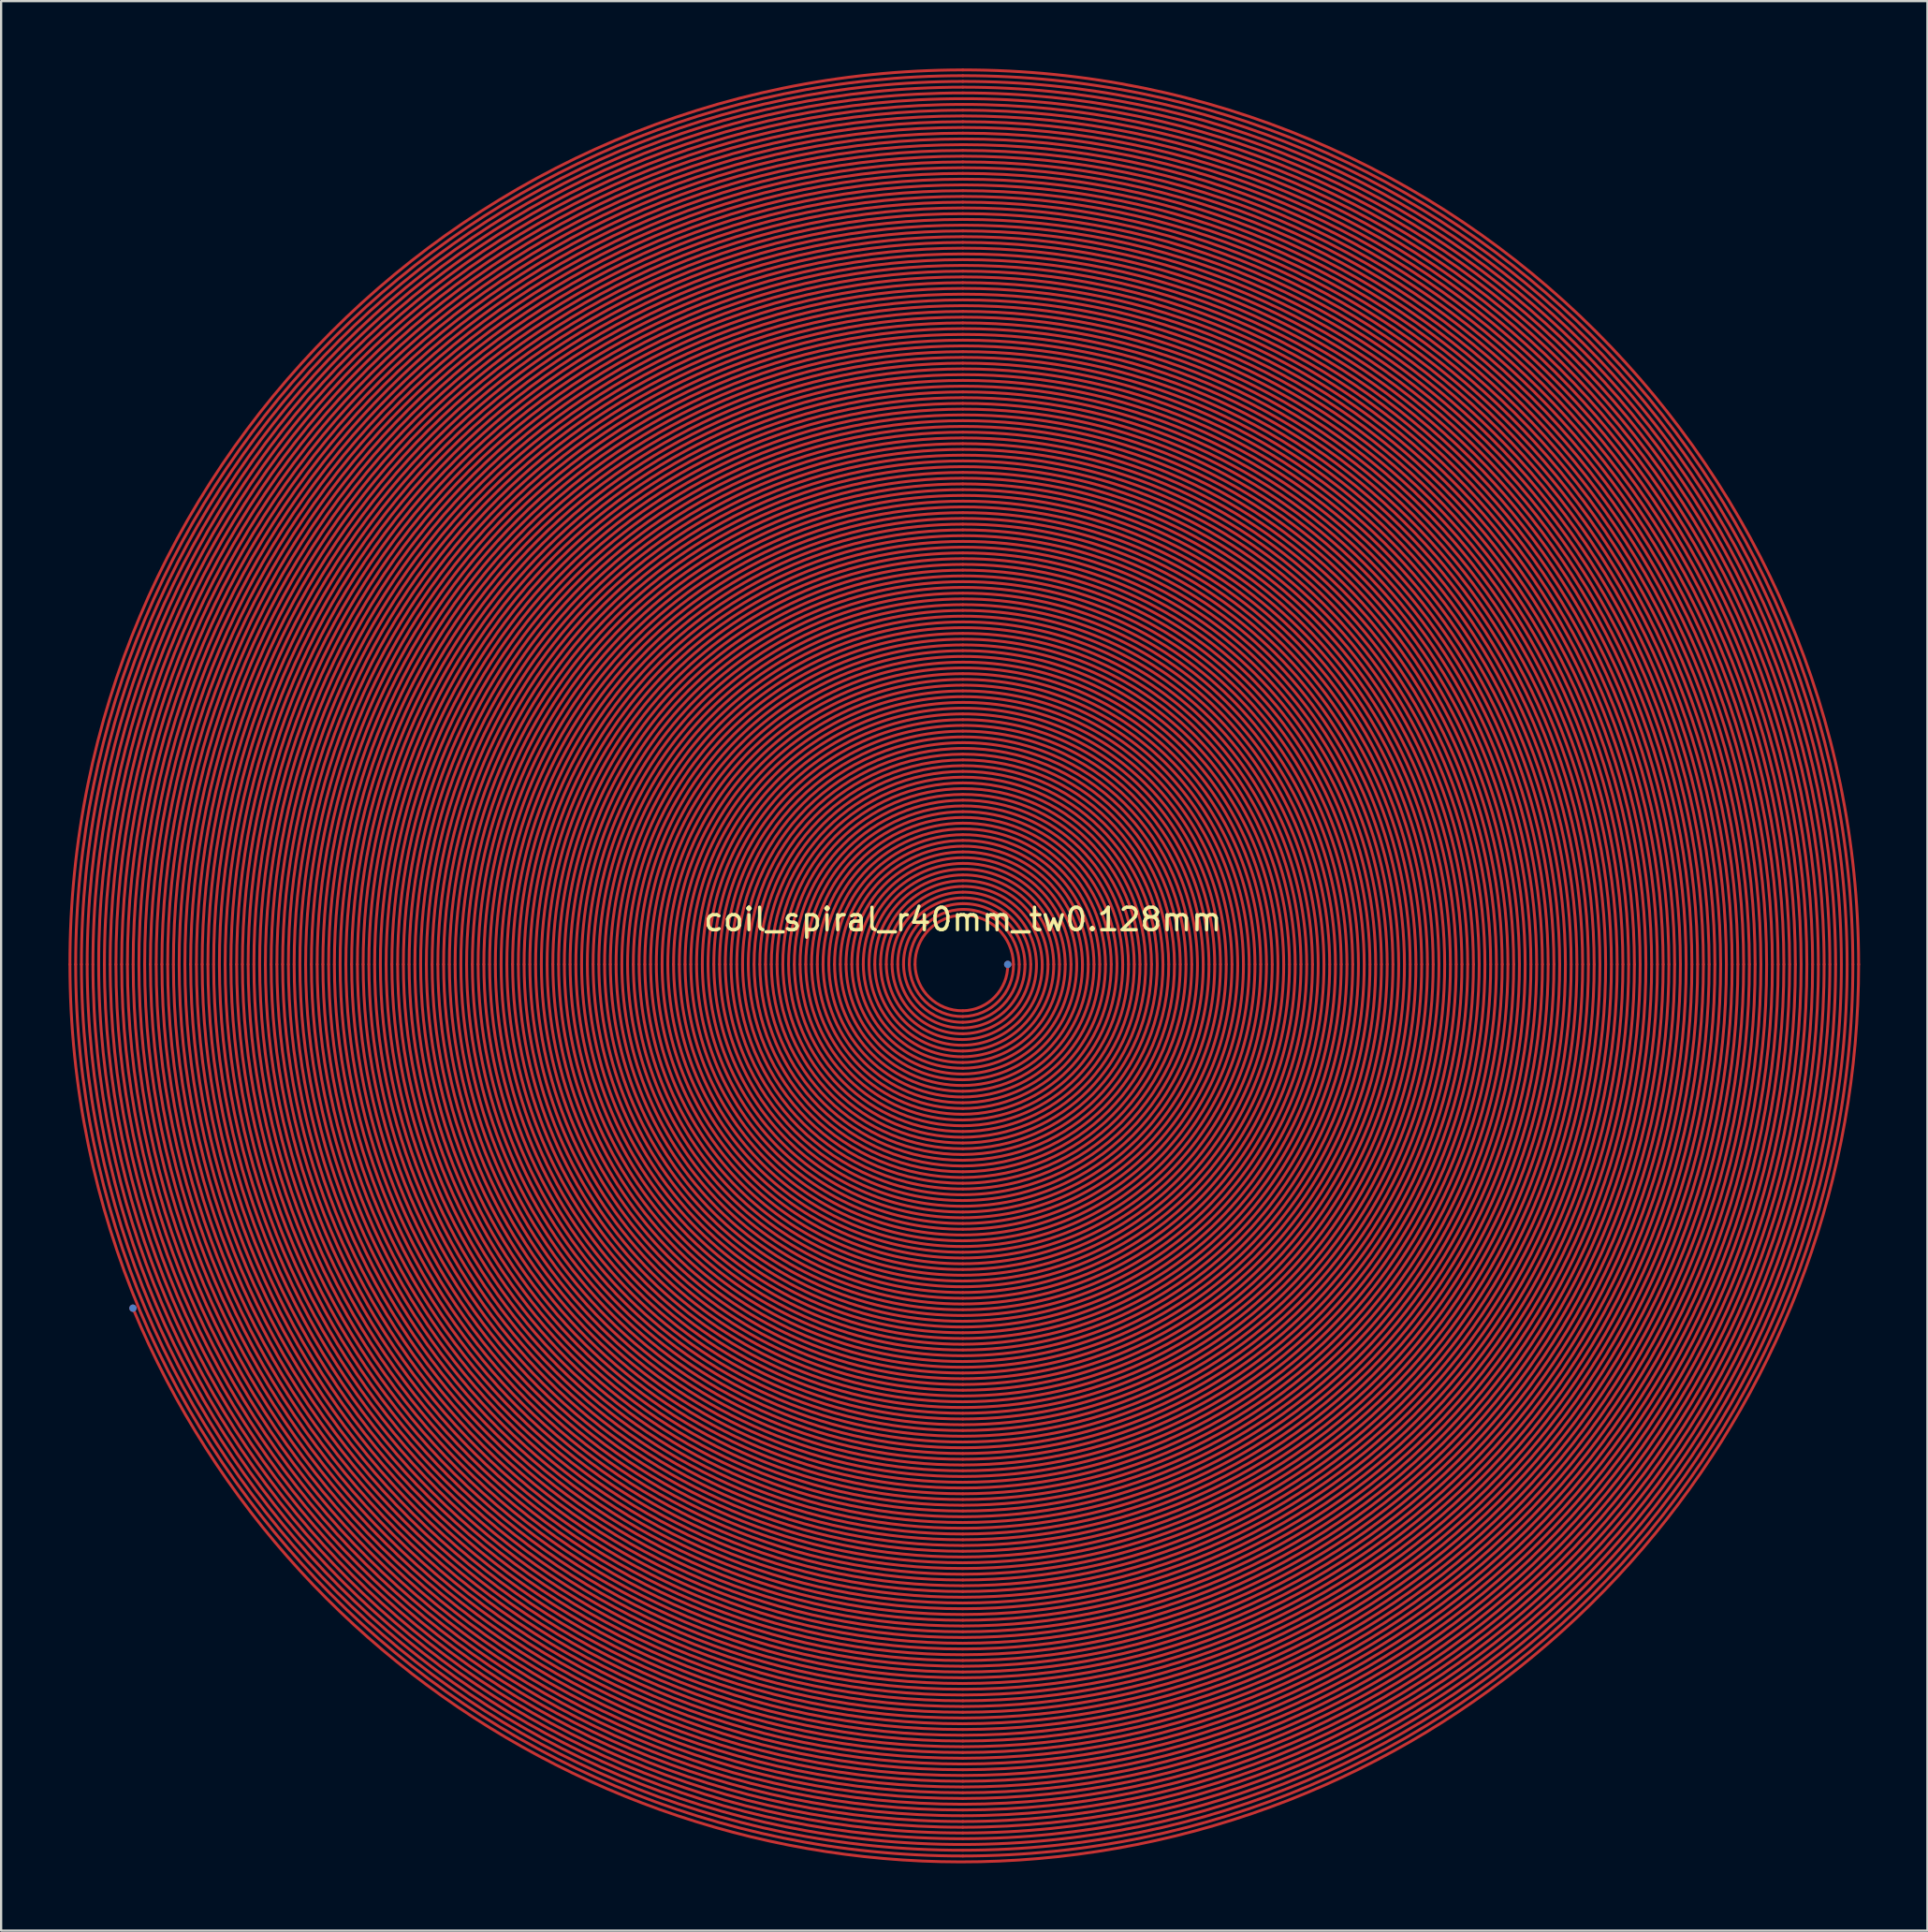
<source format=kicad_pcb>
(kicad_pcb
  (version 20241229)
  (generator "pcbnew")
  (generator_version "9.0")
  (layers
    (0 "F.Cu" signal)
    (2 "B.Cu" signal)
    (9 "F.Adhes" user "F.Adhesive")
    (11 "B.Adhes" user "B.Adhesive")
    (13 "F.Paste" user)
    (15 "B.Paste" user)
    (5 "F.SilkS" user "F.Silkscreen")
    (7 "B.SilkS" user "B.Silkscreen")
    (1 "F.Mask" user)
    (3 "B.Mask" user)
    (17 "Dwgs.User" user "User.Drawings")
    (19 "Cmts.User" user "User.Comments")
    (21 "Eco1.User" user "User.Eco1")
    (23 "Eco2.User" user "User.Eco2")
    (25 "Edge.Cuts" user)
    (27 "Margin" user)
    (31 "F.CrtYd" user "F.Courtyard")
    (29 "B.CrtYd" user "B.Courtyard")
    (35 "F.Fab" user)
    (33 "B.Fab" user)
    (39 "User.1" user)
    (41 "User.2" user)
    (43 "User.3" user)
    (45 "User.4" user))
  (footprint "coil_spiral_r40mm_tw0.128mm"
    (layer "F.Cu")
    (at 39.824 39.888)
    (property "Reference" "coil_spiral_r40mm_tw0.128mm" (at 0 -2 0) (layer "F.SilkS") (effects (font (size 1 1) (thickness 0.15))))
    (attr through_hole)
    (fp_arc (start -39.76 0) (mid -28.12783 -28.146575) (end 0 -39.824) (stroke (width 0.128) (type solid)) (layer "F.Cu"))
    (fp_arc (start -39.504 0) (mid -27.94681 -27.965556) (end 0.000001 -39.568) (stroke (width 0.128) (type solid)) (layer "F.Cu"))
    (fp_arc (start -39.248 0) (mid -27.765791 -27.784536) (end 0.000001 -39.312) (stroke (width 0.128) (type solid)) (layer "F.Cu"))
    (fp_arc (start -38.992 0) (mid -27.584772 -27.603517) (end -0.000001 -39.056) (stroke (width 0.128) (type solid)) (layer "F.Cu"))
    (fp_arc (start -38.736 0) (mid -27.403753 -27.422498) (end 0 -38.8) (stroke (width 0.128) (type solid)) (layer "F.Cu"))
    (fp_arc (start -38.48 0) (mid -27.222733 -27.241479) (end 0.000001 -38.544) (stroke (width 0.128) (type solid)) (layer "F.Cu"))
    (fp_arc (start -38.224 0) (mid -27.041713 -27.060459) (end 0.000001 -38.288) (stroke (width 0.128) (type solid)) (layer "F.Cu"))
    (fp_arc (start -37.968 0) (mid -26.860695 -26.87944) (end -0.000001 -38.032) (stroke (width 0.128) (type solid)) (layer "F.Cu"))
    (fp_arc (start -37.712 0) (mid -26.679676 -26.69842) (end -0.000001 -37.776) (stroke (width 0.128) (type solid)) (layer "F.Cu"))
    (fp_arc (start -37.456 0) (mid -26.498656 -26.517401) (end 0 -37.52) (stroke (width 0.128) (type solid)) (layer "F.Cu"))
    (fp_arc (start -37.2 0) (mid -26.317637 -26.336382) (end 0 -37.264) (stroke (width 0.128) (type solid)) (layer "F.Cu"))
    (fp_arc (start -36.944 0) (mid -26.136617 -26.155363) (end 0.000001 -37.008) (stroke (width 0.128) (type solid)) (layer "F.Cu"))
    (fp_arc (start -36.688 0) (mid -25.955599 -25.974343) (end -0.000001 -36.752) (stroke (width 0.128) (type solid)) (layer "F.Cu"))
    (fp_arc (start -36.432 0) (mid -25.774579 -25.793324) (end 0 -36.496) (stroke (width 0.128) (type solid)) (layer "F.Cu"))
    (fp_arc (start -36.176 0) (mid -25.59356 -25.612305) (end 0 -36.24) (stroke (width 0.128) (type solid)) (layer "F.Cu"))
    (fp_arc (start -35.92 0) (mid -25.41254 -25.431286) (end 0.000001 -35.984) (stroke (width 0.128) (type solid)) (layer "F.Cu"))
    (fp_arc (start -35.664 0) (mid -25.231522 -25.250266) (end -0.000001 -35.728) (stroke (width 0.128) (type solid)) (layer "F.Cu"))
    (fp_arc (start -35.408 0) (mid -25.050502 -25.069247) (end 0 -35.472) (stroke (width 0.128) (type solid)) (layer "F.Cu"))
    (fp_arc (start -35.152 0) (mid -24.869483 -24.888228) (end 0 -35.216) (stroke (width 0.128) (type solid)) (layer "F.Cu"))
    (fp_arc (start -34.896 0) (mid -24.688463 -24.707209) (end 0.000001 -34.96) (stroke (width 0.128) (type solid)) (layer "F.Cu"))
    (fp_arc (start -34.64 0) (mid -24.507445 -24.526189) (end -0.000001 -34.704) (stroke (width 0.128) (type solid)) (layer "F.Cu"))
    (fp_arc (start -34.384 0) (mid -24.326425 -24.34517) (end 0 -34.448) (stroke (width 0.128) (type solid)) (layer "F.Cu"))
    (fp_arc (start -34.128 0) (mid -24.145406 -24.164151) (end 0 -34.192) (stroke (width 0.128) (type solid)) (layer "F.Cu"))
    (fp_arc (start -33.872 0) (mid -23.964386 -23.983132) (end 0.000001 -33.936) (stroke (width 0.128) (type solid)) (layer "F.Cu"))
    (fp_arc (start -33.616 0) (mid -23.783368 -23.802112) (end -0.000001 -33.68) (stroke (width 0.128) (type solid)) (layer "F.Cu"))
    (fp_arc (start -33.36 0) (mid -23.602348 -23.621093) (end 0 -33.424) (stroke (width 0.128) (type solid)) (layer "F.Cu"))
    (fp_arc (start -33.104 0) (mid -23.421328 -23.440074) (end 0.000001 -33.168) (stroke (width 0.128) (type solid)) (layer "F.Cu"))
    (fp_arc (start -32.848 0) (mid -23.24031 -23.259054) (end -0.000001 -32.912) (stroke (width 0.128) (type solid)) (layer "F.Cu"))
    (fp_arc (start -32.592 0) (mid -23.05929 -23.078035) (end 0 -32.656) (stroke (width 0.128) (type solid)) (layer "F.Cu"))
    (fp_arc (start -32.336 0) (mid -22.878271 -22.897016) (end 0 -32.4) (stroke (width 0.128) (type solid)) (layer "F.Cu"))
    (fp_arc (start -32.08 0) (mid -22.697251 -22.715996) (end 0 -32.143999) (stroke (width 0.128) (type solid)) (layer "F.Cu"))
    (fp_arc (start -31.824 0) (mid -22.516232 -22.534978) (end 0 -31.888) (stroke (width 0.128) (type solid)) (layer "F.Cu"))
    (fp_arc (start -31.568 0) (mid -22.335213 -22.353958) (end 0 -31.632) (stroke (width 0.128) (type solid)) (layer "F.Cu"))
    (fp_arc (start -31.312 0) (mid -22.154193 -22.172939) (end 0.000001 -31.376) (stroke (width 0.128) (type solid)) (layer "F.Cu"))
    (fp_arc (start -31.056 0) (mid -21.973175 -21.99192) (end 0 -31.12) (stroke (width 0.128) (type solid)) (layer "F.Cu"))
    (fp_arc (start -30.8 0) (mid -21.792155 -21.810901) (end 0 -30.864) (stroke (width 0.128) (type solid)) (layer "F.Cu"))
    (fp_arc (start -30.544 0) (mid -21.611136 -21.629882) (end 0.000001 -30.608) (stroke (width 0.128) (type solid)) (layer "F.Cu"))
    (fp_arc (start -30.288 0) (mid -21.430117 -21.448862) (end -0.000001 -30.352) (stroke (width 0.128) (type solid)) (layer "F.Cu"))
    (fp_arc (start -30.032 0) (mid -21.249098 -21.267843) (end 0 -30.096) (stroke (width 0.128) (type solid)) (layer "F.Cu"))
    (fp_arc (start -29.776 0) (mid -21.068078 -21.086823) (end 0 -29.839999) (stroke (width 0.128) (type solid)) (layer "F.Cu"))
    (fp_arc (start -29.52 0) (mid -20.887059 -20.905805) (end 0 -29.584) (stroke (width 0.128) (type solid)) (layer "F.Cu"))
    (fp_arc (start -29.264 0) (mid -20.70604 -20.724785) (end 0 -29.328) (stroke (width 0.128) (type solid)) (layer "F.Cu"))
    (fp_arc (start -29.008 0) (mid -20.525021 -20.543766) (end -0.000001 -29.072) (stroke (width 0.128) (type solid)) (layer "F.Cu"))
    (fp_arc (start -28.752 0) (mid -20.344002 -20.362747) (end 0 -28.816) (stroke (width 0.128) (type solid)) (layer "F.Cu"))
    (fp_arc (start -28.496 0) (mid -20.162982 -20.181728) (end 0.000001 -28.56) (stroke (width 0.128) (type solid)) (layer "F.Cu"))
    (fp_arc (start -28.24 0) (mid -19.981964 -20.000708) (end -0.000001 -28.304) (stroke (width 0.128) (type solid)) (layer "F.Cu"))
    (fp_arc (start -27.984 0) (mid -19.800944 -19.819689) (end 0 -28.048) (stroke (width 0.128) (type solid)) (layer "F.Cu"))
    (fp_arc (start -27.728 0) (mid -19.619925 -19.638669) (end 0 -27.791999) (stroke (width 0.128) (type solid)) (layer "F.Cu"))
    (fp_arc (start -27.472 0) (mid -19.438906 -19.457651) (end 0 -27.536) (stroke (width 0.128) (type solid)) (layer "F.Cu"))
    (fp_arc (start -27.216 0) (mid -19.257886 -19.276632) (end 0.000001 -27.28) (stroke (width 0.128) (type solid)) (layer "F.Cu"))
    (fp_arc (start -26.96 0) (mid -19.076868 -19.095612) (end -0.000001 -27.024) (stroke (width 0.128) (type solid)) (layer "F.Cu"))
    (fp_arc (start -26.704 0) (mid -18.895848 -18.914593) (end 0 -26.768) (stroke (width 0.128) (type solid)) (layer "F.Cu"))
    (fp_arc (start -26.448 0) (mid -18.714829 -18.733574) (end -0.000001 -26.512) (stroke (width 0.128) (type solid)) (layer "F.Cu"))
    (fp_arc (start -26.192 0) (mid -18.533809 -18.552555) (end 0 -26.256) (stroke (width 0.128) (type solid)) (layer "F.Cu"))
    (fp_arc (start -25.936 0) (mid -18.352791 -18.371535) (end -0.000001 -26) (stroke (width 0.128) (type solid)) (layer "F.Cu"))
    (fp_arc (start -25.68 0) (mid -18.171771 -18.190516) (end 0 -25.744) (stroke (width 0.128) (type solid)) (layer "F.Cu"))
    (fp_arc (start -25.424 0) (mid -17.990752 -18.009497) (end 0 -25.487999) (stroke (width 0.128) (type solid)) (layer "F.Cu"))
    (fp_arc (start -25.168 0) (mid -17.809733 -17.828478) (end 0 -25.232) (stroke (width 0.128) (type solid)) (layer "F.Cu"))
    (fp_arc (start -24.912 0) (mid -17.628713 -17.647458) (end 0 -24.975999) (stroke (width 0.128) (type solid)) (layer "F.Cu"))
    (fp_arc (start -24.656 0) (mid -17.447694 -17.466439) (end 0 -24.72) (stroke (width 0.128) (type solid)) (layer "F.Cu"))
    (fp_arc (start -24.4 0) (mid -17.266676 -17.28542) (end -0.000001 -24.464) (stroke (width 0.128) (type solid)) (layer "F.Cu"))
    (fp_arc (start -24.144 0) (mid -17.085656 -17.104401) (end 0 -24.208) (stroke (width 0.128) (type solid)) (layer "F.Cu"))
    (fp_arc (start -23.888 0) (mid -16.904637 -16.923382) (end 0 -23.952) (stroke (width 0.128) (type solid)) (layer "F.Cu"))
    (fp_arc (start -23.632 0) (mid -16.723618 -16.742363) (end 0 -23.696) (stroke (width 0.128) (type solid)) (layer "F.Cu"))
    (fp_arc (start -23.376 0) (mid -16.542599 -16.561344) (end 0 -23.44) (stroke (width 0.128) (type solid)) (layer "F.Cu"))
    (fp_arc (start -23.12 0) (mid -16.361579 -16.380325) (end 0.000001 -23.184) (stroke (width 0.128) (type solid)) (layer "F.Cu"))
    (fp_arc (start -22.864 0) (mid -16.18056 -16.199305) (end 0 -22.928) (stroke (width 0.128) (type solid)) (layer "F.Cu"))
    (fp_arc (start -22.608 0) (mid -15.999541 -16.018286) (end -0.000001 -22.672) (stroke (width 0.128) (type solid)) (layer "F.Cu"))
    (fp_arc (start -22.352 0) (mid -15.818521 -15.837267) (end 0.000001 -22.416) (stroke (width 0.128) (type solid)) (layer "F.Cu"))
    (fp_arc (start -22.096 0) (mid -15.637503 -15.656248) (end 0 -22.16) (stroke (width 0.128) (type solid)) (layer "F.Cu"))
    (fp_arc (start -21.84 0) (mid -15.456483 -15.475228) (end 0 -21.903999) (stroke (width 0.128) (type solid)) (layer "F.Cu"))
    (fp_arc (start -21.584 0) (mid -15.275464 -15.29421) (end 0 -21.648) (stroke (width 0.128) (type solid)) (layer "F.Cu"))
    (fp_arc (start -21.328 0) (mid -15.094445 -15.11319) (end 0 -21.392) (stroke (width 0.128) (type solid)) (layer "F.Cu"))
    (fp_arc (start -21.072 0) (mid -14.913426 -14.932171) (end 0 -21.135999) (stroke (width 0.128) (type solid)) (layer "F.Cu"))
    (fp_arc (start -20.816 0) (mid -14.732407 -14.751152) (end 0.000001 -20.88) (stroke (width 0.128) (type solid)) (layer "F.Cu"))
    (fp_arc (start -20.56 0) (mid -14.551388 -14.570133) (end 0 -20.624) (stroke (width 0.128) (type solid)) (layer "F.Cu"))
    (fp_arc (start -20.304 0) (mid -14.370369 -14.389114) (end 0 -20.368) (stroke (width 0.128) (type solid)) (layer "F.Cu"))
    (fp_arc (start -20.048 0) (mid -14.189349 -14.208094) (end 0 -20.111999) (stroke (width 0.128) (type solid)) (layer "F.Cu"))
    (fp_arc (start -19.792 0) (mid -14.00833 -14.027076) (end 0.000001 -19.856) (stroke (width 0.128) (type solid)) (layer "F.Cu"))
    (fp_arc (start -19.536 0) (mid -13.827311 -13.846057) (end 0 -19.6) (stroke (width 0.128) (type solid)) (layer "F.Cu"))
    (fp_arc (start -19.28 0) (mid -13.646292 -13.665038) (end 0 -19.344) (stroke (width 0.128) (type solid)) (layer "F.Cu"))
    (fp_arc (start -19.024 0) (mid -13.465273 -13.484019) (end 0 -19.088) (stroke (width 0.128) (type solid)) (layer "F.Cu"))
    (fp_arc (start -18.768 0) (mid -13.284254 -13.302999) (end 0 -18.832) (stroke (width 0.128) (type solid)) (layer "F.Cu"))
    (fp_arc (start -18.512 0) (mid -13.103236 -13.12198) (end -0.000001 -18.576) (stroke (width 0.128) (type solid)) (layer "F.Cu"))
    (fp_arc (start -18.256 0) (mid -12.922216 -12.940961) (end 0 -18.319999) (stroke (width 0.128) (type solid)) (layer "F.Cu"))
    (fp_arc (start -18 0) (mid -12.741197 -12.759942) (end 0 -18.063999) (stroke (width 0.128) (type solid)) (layer "F.Cu"))
    (fp_arc (start -17.744 0) (mid -12.560178 -12.578923) (end 0 -17.807999) (stroke (width 0.128) (type solid)) (layer "F.Cu"))
    (fp_arc (start -17.488 0) (mid -12.379159 -12.397904) (end 0 -17.551999) (stroke (width 0.128) (type solid)) (layer "F.Cu"))
    (fp_arc (start -17.232 0) (mid -12.19814 -12.216885) (end 0 -17.295999) (stroke (width 0.128) (type solid)) (layer "F.Cu"))
    (fp_arc (start -16.976 0) (mid -12.017121 -12.035866) (end -0.000001 -17.04) (stroke (width 0.128) (type solid)) (layer "F.Cu"))
    (fp_arc (start -16.72 0) (mid -11.836102 -11.854847) (end 0 -16.784) (stroke (width 0.128) (type solid)) (layer "F.Cu"))
    (fp_arc (start -16.464 0) (mid -11.655083 -11.673828) (end 0 -16.528) (stroke (width 0.128) (type solid)) (layer "F.Cu"))
    (fp_arc (start -16.208 0) (mid -11.474064 -11.492809) (end 0 -16.272) (stroke (width 0.128) (type solid)) (layer "F.Cu"))
    (fp_arc (start -15.952 0) (mid -11.293045 -11.31179) (end 0.000001 -16.016) (stroke (width 0.128) (type solid)) (layer "F.Cu"))
    (fp_arc (start -15.696 0) (mid -11.112026 -11.130771) (end 0 -15.759999) (stroke (width 0.128) (type solid)) (layer "F.Cu"))
    (fp_arc (start -15.44 0) (mid -10.931007 -10.949752) (end 0 -15.504) (stroke (width 0.128) (type solid)) (layer "F.Cu"))
    (fp_arc (start -15.184 0) (mid -10.749988 -10.768734) (end 0.000001 -15.248) (stroke (width 0.128) (type solid)) (layer "F.Cu"))
    (fp_arc (start -14.928 0) (mid -10.568969 -10.587714) (end 0 -14.991999) (stroke (width 0.128) (type solid)) (layer "F.Cu"))
    (fp_arc (start -14.672 0) (mid -10.38795 -10.406695) (end 0 -14.736) (stroke (width 0.128) (type solid)) (layer "F.Cu"))
    (fp_arc (start -14.416 0) (mid -10.206931 -10.225676) (end 0 -14.479999) (stroke (width 0.128) (type solid)) (layer "F.Cu"))
    (fp_arc (start -14.16 0) (mid -10.025912 -10.044658) (end 0 -14.224) (stroke (width 0.128) (type solid)) (layer "F.Cu"))
    (fp_arc (start -13.904 0) (mid -9.844893 -9.863638) (end 0 -13.967999) (stroke (width 0.128) (type solid)) (layer "F.Cu"))
    (fp_arc (start -13.648 0) (mid -9.663875 -9.68262) (end 0 -13.711999) (stroke (width 0.128) (type solid)) (layer "F.Cu"))
    (fp_arc (start -13.392 0) (mid -9.482856 -9.501601) (end 0 -13.456) (stroke (width 0.128) (type solid)) (layer "F.Cu"))
    (fp_arc (start -13.136 0) (mid -9.301837 -9.320582) (end 0 -13.2) (stroke (width 0.128) (type solid)) (layer "F.Cu"))
    (fp_arc (start -12.88 0) (mid -9.120818 -9.139563) (end 0.000001 -12.943999) (stroke (width 0.128) (type solid)) (layer "F.Cu"))
    (fp_arc (start -12.624 0) (mid -8.939799 -8.958544) (end 0 -12.687999) (stroke (width 0.128) (type solid)) (layer "F.Cu"))
    (fp_arc (start -12.368 0) (mid -8.758781 -8.777525) (end 0 -12.432) (stroke (width 0.128) (type solid)) (layer "F.Cu"))
    (fp_arc (start -12.112 0) (mid -8.577763 -8.596507) (end -0.000001 -12.176001) (stroke (width 0.128) (type solid)) (layer "F.Cu"))
    (fp_arc (start -11.856 0) (mid -8.396743 -8.415489) (end 0 -11.920001) (stroke (width 0.128) (type solid)) (layer "F.Cu"))
    (fp_arc (start -11.6 0) (mid -8.215725 -8.23447) (end 0 -11.664) (stroke (width 0.128) (type solid)) (layer "F.Cu"))
    (fp_arc (start -11.344 0) (mid -8.034706 -8.053451) (end 0 -11.408) (stroke (width 0.128) (type solid)) (layer "F.Cu"))
    (fp_arc (start -11.088 0) (mid -7.853688 -7.872433) (end 0 -11.152001) (stroke (width 0.128) (type solid)) (layer "F.Cu"))
    (fp_arc (start -10.832 0) (mid -7.672668 -7.691414) (end 0.000001 -10.896) (stroke (width 0.128) (type solid)) (layer "F.Cu"))
    (fp_arc (start -10.576 0) (mid -7.49165 -7.510395) (end 0 -10.64) (stroke (width 0.128) (type solid)) (layer "F.Cu"))
    (fp_arc (start -10.32 0) (mid -7.310632 -7.329377) (end 0 -10.384) (stroke (width 0.128) (type solid)) (layer "F.Cu"))
    (fp_arc (start -10.064 0) (mid -7.129613 -7.148358) (end 0 -10.128) (stroke (width 0.128) (type solid)) (layer "F.Cu"))
    (fp_arc (start -9.808 0) (mid -6.948595 -6.96734) (end 0 -9.872) (stroke (width 0.128) (type solid)) (layer "F.Cu"))
    (fp_arc (start -9.552 0) (mid -6.767577 -6.786322) (end 0 -9.616001) (stroke (width 0.128) (type solid)) (layer "F.Cu"))
    (fp_arc (start -9.296 0) (mid -6.586558 -6.605303) (end 0 -9.36) (stroke (width 0.128) (type solid)) (layer "F.Cu"))
    (fp_arc (start -9.04 0) (mid -6.405541 -6.424285) (end -0.000001 -9.104) (stroke (width 0.128) (type solid)) (layer "F.Cu"))
    (fp_arc (start -8.784 0) (mid -6.224522 -6.243267) (end -0.000001 -8.848) (stroke (width 0.128) (type solid)) (layer "F.Cu"))
    (fp_arc (start -8.528 0) (mid -6.043504 -6.062249) (end 0 -8.592) (stroke (width 0.128) (type solid)) (layer "F.Cu"))
    (fp_arc (start -8.272 0) (mid -5.862485 -5.881231) (end 0.000001 -8.336) (stroke (width 0.128) (type solid)) (layer "F.Cu"))
    (fp_arc (start -8.016 0) (mid -5.681468 -5.700213) (end 0 -8.08) (stroke (width 0.128) (type solid)) (layer "F.Cu"))
    (fp_arc (start -7.76 0) (mid -5.50045 -5.519195) (end 0 -7.824) (stroke (width 0.128) (type solid)) (layer "F.Cu"))
    (fp_arc (start -7.504 0) (mid -5.319432 -5.338177) (end 0 -7.567999) (stroke (width 0.128) (type solid)) (layer "F.Cu"))
    (fp_arc (start -7.248 0) (mid -5.138415 -5.157159) (end 0 -7.311999) (stroke (width 0.128) (type solid)) (layer "F.Cu"))
    (fp_arc (start -6.992 0) (mid -4.957397 -4.976142) (end 0 -7.056) (stroke (width 0.128) (type solid)) (layer "F.Cu"))
    (fp_arc (start -6.736 0) (mid -4.77638 -4.795125) (end 0 -6.800001) (stroke (width 0.128) (type solid)) (layer "F.Cu"))
    (fp_arc (start -6.48 0) (mid -4.595363 -4.614107) (end 0 -6.544) (stroke (width 0.128) (type solid)) (layer "F.Cu"))
    (fp_arc (start -6.224 0) (mid -4.414346 -4.43309) (end -0.000001 -6.288) (stroke (width 0.128) (type solid)) (layer "F.Cu"))
    (fp_arc (start -5.968 0) (mid -4.233329 -4.252073) (end 0 -6.032) (stroke (width 0.128) (type solid)) (layer "F.Cu"))
    (fp_arc (start -5.712 0) (mid -4.052312 -4.071057) (end 0 -5.776) (stroke (width 0.128) (type solid)) (layer "F.Cu"))
    (fp_arc (start -5.456 0) (mid -3.871296 -3.89004) (end -0.000001 -5.52) (stroke (width 0.128) (type solid)) (layer "F.Cu"))
    (fp_arc (start -5.2 0) (mid -3.69028 -3.709024) (end -0.000001 -5.264) (stroke (width 0.128) (type solid)) (layer "F.Cu"))
    (fp_arc (start -4.944 0) (mid -3.509264 -3.528008) (end 0 -5.008) (stroke (width 0.128) (type solid)) (layer "F.Cu"))
    (fp_arc (start -4.688 0) (mid -3.328249 -3.346993) (end 0 -4.752) (stroke (width 0.128) (type solid)) (layer "F.Cu"))
    (fp_arc (start -4.432 0) (mid -3.147234 -3.165978) (end 0 -4.496) (stroke (width 0.128) (type solid)) (layer "F.Cu"))
    (fp_arc (start -4.176 0) (mid -2.966219 -2.984963) (end 0 -4.239999) (stroke (width 0.128) (type solid)) (layer "F.Cu"))
    (fp_arc (start -3.92 0) (mid -2.785206 -2.803949) (end 0 -3.984) (stroke (width 0.128) (type solid)) (layer "F.Cu"))
    (fp_arc (start -3.664 0) (mid -2.604192 -2.622936) (end 0.000001 -3.728) (stroke (width 0.128) (type solid)) (layer "F.Cu"))
    (fp_arc (start -3.408 0) (mid -2.423181 -2.441924) (end -0.000001 -3.472) (stroke (width 0.128) (type solid)) (layer "F.Cu"))
    (fp_arc (start -3.152 0) (mid -2.24217 -2.260913) (end 0 -3.216) (stroke (width 0.128) (type solid)) (layer "F.Cu"))
    (fp_arc (start -2.896 0) (mid -2.061161 -2.079903) (end 0 -2.959999) (stroke (width 0.128) (type solid)) (layer "F.Cu"))
    (fp_arc (start -2.64 0) (mid -1.880154 -1.898896) (end 0 -2.704) (stroke (width 0.128) (type solid)) (layer "F.Cu"))
    (fp_arc (start -2.384 0) (mid -1.699149 -1.717891) (end 0 -2.448001) (stroke (width 0.128) (type solid)) (layer "F.Cu"))
    (fp_arc (start -2.128 0) (mid -1.518148 -1.536889) (end 0.000001 -2.192) (stroke (width 0.128) (type solid)) (layer "F.Cu"))
    (fp_arc (start 0 -39.824) (mid 28.19183 -28.173084) (end 39.888 0) (stroke (width 0.128) (type solid)) (layer "F.Cu"))
    (fp_arc (start 0 -39.568) (mid 28.01081 -27.992065) (end 39.632 0) (stroke (width 0.128) (type solid)) (layer "F.Cu"))
    (fp_arc (start 0 -39.312) (mid 27.829791 -27.811045) (end 39.376 0.000001) (stroke (width 0.128) (type solid)) (layer "F.Cu"))
    (fp_arc (start 0 -39.056) (mid 27.648771 -27.630027) (end 39.12 -0.000001) (stroke (width 0.128) (type solid)) (layer "F.Cu"))
    (fp_arc (start 0 -38.8) (mid 27.467753 -27.449007) (end 38.864 0) (stroke (width 0.128) (type solid)) (layer "F.Cu"))
    (fp_arc (start 0 -38.544) (mid 27.286733 -27.267988) (end 38.608 0) (stroke (width 0.128) (type solid)) (layer "F.Cu"))
    (fp_arc (start 0 -38.288) (mid 27.105714 -27.086969) (end 38.352 0) (stroke (width 0.128) (type solid)) (layer "F.Cu"))
    (fp_arc (start 0 -38.032) (mid 26.924694 -26.905949) (end 38.095999 0) (stroke (width 0.128) (type solid)) (layer "F.Cu"))
    (fp_arc (start 0 -37.776) (mid 26.743675 -26.724931) (end 37.84 -0.000001) (stroke (width 0.128) (type solid)) (layer "F.Cu"))
    (fp_arc (start 0 -37.52) (mid 26.562656 -26.543911) (end 37.584 0) (stroke (width 0.128) (type solid)) (layer "F.Cu"))
    (fp_arc (start 0 -37.264) (mid 26.381637 -26.362892) (end 37.328 0) (stroke (width 0.128) (type solid)) (layer "F.Cu"))
    (fp_arc (start 0 -37.008) (mid 26.200618 -26.181872) (end 37.072 0.000001) (stroke (width 0.128) (type solid)) (layer "F.Cu"))
    (fp_arc (start 0 -36.752) (mid 26.019598 -26.000854) (end 36.816 -0.000001) (stroke (width 0.128) (type solid)) (layer "F.Cu"))
    (fp_arc (start 0 -36.496) (mid 25.838579 -25.819834) (end 36.56 0) (stroke (width 0.128) (type solid)) (layer "F.Cu"))
    (fp_arc (start 0 -36.24) (mid 25.65756 -25.638815) (end 36.304 0) (stroke (width 0.128) (type solid)) (layer "F.Cu"))
    (fp_arc (start 0 -35.984) (mid 25.476541 -25.457795) (end 36.048 0.000001) (stroke (width 0.128) (type solid)) (layer "F.Cu"))
    (fp_arc (start 0 -35.728) (mid 25.295521 -25.276777) (end 35.792 -0.000001) (stroke (width 0.128) (type solid)) (layer "F.Cu"))
    (fp_arc (start 0 -35.472) (mid 25.114502 -25.095757) (end 35.536 -0.000001) (stroke (width 0.128) (type solid)) (layer "F.Cu"))
    (fp_arc (start 0 -35.216) (mid 24.933483 -24.914738) (end 35.28 0) (stroke (width 0.128) (type solid)) (layer "F.Cu"))
    (fp_arc (start 0 -34.96) (mid 24.752464 -24.733718) (end 35.024 0.000001) (stroke (width 0.128) (type solid)) (layer "F.Cu"))
    (fp_arc (start 0 -34.704) (mid 24.571444 -24.552699) (end 34.768 -0.000001) (stroke (width 0.128) (type solid)) (layer "F.Cu"))
    (fp_arc (start 0 -34.448) (mid 24.390425 -24.37168) (end 34.512 0) (stroke (width 0.128) (type solid)) (layer "F.Cu"))
    (fp_arc (start 0 -34.192) (mid 24.209406 -24.19066) (end 34.256 0) (stroke (width 0.128) (type solid)) (layer "F.Cu"))
    (fp_arc (start 0 -33.936) (mid 24.028387 -24.009641) (end 34 0.000001) (stroke (width 0.128) (type solid)) (layer "F.Cu"))
    (fp_arc (start 0 -33.68) (mid 23.847367 -23.828622) (end 33.744 0) (stroke (width 0.128) (type solid)) (layer "F.Cu"))
    (fp_arc (start 0 -33.424) (mid 23.666348 -23.647603) (end 33.488 0) (stroke (width 0.128) (type solid)) (layer "F.Cu"))
    (fp_arc (start 0 -33.168) (mid 23.485329 -23.466583) (end 33.232 0.000001) (stroke (width 0.128) (type solid)) (layer "F.Cu"))
    (fp_arc (start 0 -32.912) (mid 23.304309 -23.285564) (end 32.975999 0) (stroke (width 0.128) (type solid)) (layer "F.Cu"))
    (fp_arc (start 0 -32.656) (mid 23.12329 -23.104545) (end 32.72 0) (stroke (width 0.128) (type solid)) (layer "F.Cu"))
    (fp_arc (start 0 -32.4) (mid 22.942271 -22.923526) (end 32.464 0) (stroke (width 0.128) (type solid)) (layer "F.Cu"))
    (fp_arc (start 0 -32.144) (mid 22.761252 -22.742506) (end 32.208 0.000001) (stroke (width 0.128) (type solid)) (layer "F.Cu"))
    (fp_arc (start 0 -31.888) (mid 22.580232 -22.561488) (end 31.952 -0.000001) (stroke (width 0.128) (type solid)) (layer "F.Cu"))
    (fp_arc (start 0 -31.632) (mid 22.399213 -22.380468) (end 31.696 0) (stroke (width 0.128) (type solid)) (layer "F.Cu"))
    (fp_arc (start 0 -31.376) (mid 22.218194 -22.199448) (end 31.44 0.000001) (stroke (width 0.128) (type solid)) (layer "F.Cu"))
    (fp_arc (start 0 -31.12) (mid 22.037174 -22.01843) (end 31.184 -0.000001) (stroke (width 0.128) (type solid)) (layer "F.Cu"))
    (fp_arc (start 0 -30.864) (mid 21.856155 -21.83741) (end 30.928 0) (stroke (width 0.128) (type solid)) (layer "F.Cu"))
    (fp_arc (start 0 -30.608) (mid 21.675136 -21.656391) (end 30.672 0.000001) (stroke (width 0.128) (type solid)) (layer "F.Cu"))
    (fp_arc (start 0 -30.352) (mid 21.494117 -21.475372) (end 30.416 -0.000001) (stroke (width 0.128) (type solid)) (layer "F.Cu"))
    (fp_arc (start 0 -30.096) (mid 21.313098 -21.294353) (end 30.16 0) (stroke (width 0.128) (type solid)) (layer "F.Cu"))
    (fp_arc (start 0 -29.84) (mid 21.132079 -21.113333) (end 29.904 0.000001) (stroke (width 0.128) (type solid)) (layer "F.Cu"))
    (fp_arc (start 0 -29.584) (mid 20.951059 -20.932315) (end 29.648 -0.000001) (stroke (width 0.128) (type solid)) (layer "F.Cu"))
    (fp_arc (start 0 -29.328) (mid 20.77004 -20.751295) (end 29.392 0) (stroke (width 0.128) (type solid)) (layer "F.Cu"))
    (fp_arc (start 0 -29.072) (mid 20.58902 -20.570275) (end 29.135999 0) (stroke (width 0.128) (type solid)) (layer "F.Cu"))
    (fp_arc (start 0 -28.816) (mid 20.408002 -20.389256) (end 28.88 0) (stroke (width 0.128) (type solid)) (layer "F.Cu"))
    (fp_arc (start 0 -28.56) (mid 20.226982 -20.208237) (end 28.624 0) (stroke (width 0.128) (type solid)) (layer "F.Cu"))
    (fp_arc (start 0 -28.304) (mid 20.045963 -20.027218) (end 28.368 -0.000001) (stroke (width 0.128) (type solid)) (layer "F.Cu"))
    (fp_arc (start 0 -28.048) (mid 19.864944 -19.846199) (end 28.112 0) (stroke (width 0.128) (type solid)) (layer "F.Cu"))
    (fp_arc (start 0 -27.792) (mid 19.683925 -19.665179) (end 27.856 0.000001) (stroke (width 0.128) (type solid)) (layer "F.Cu"))
    (fp_arc (start 0 -27.536) (mid 19.502905 -19.484161) (end 27.6 -0.000001) (stroke (width 0.128) (type solid)) (layer "F.Cu"))
    (fp_arc (start 0 -27.28) (mid 19.321887 -19.303141) (end 27.344 0.000001) (stroke (width 0.128) (type solid)) (layer "F.Cu"))
    (fp_arc (start 0 -27.024) (mid 19.140867 -19.122122) (end 27.088 -0.000001) (stroke (width 0.128) (type solid)) (layer "F.Cu"))
    (fp_arc (start 0 -26.768) (mid 18.959848 -18.941103) (end 26.832 0) (stroke (width 0.128) (type solid)) (layer "F.Cu"))
    (fp_arc (start 0 -26.512) (mid 18.778828 -18.760084) (end 26.576 -0.000001) (stroke (width 0.128) (type solid)) (layer "F.Cu"))
    (fp_arc (start 0 -26.256) (mid 18.597809 -18.579064) (end 26.32 0) (stroke (width 0.128) (type solid)) (layer "F.Cu"))
    (fp_arc (start 0 -26) (mid 18.41679 -18.398045) (end 26.063999 0) (stroke (width 0.128) (type solid)) (layer "F.Cu"))
    (fp_arc (start 0 -25.744) (mid 18.235771 -18.217026) (end 25.808 0) (stroke (width 0.128) (type solid)) (layer "F.Cu"))
    (fp_arc (start 0 -25.488) (mid 18.054752 -18.036006) (end 25.552 0.000001) (stroke (width 0.128) (type solid)) (layer "F.Cu"))
    (fp_arc (start 0 -25.232) (mid 17.873733 -17.854988) (end 25.296 0) (stroke (width 0.128) (type solid)) (layer "F.Cu"))
    (fp_arc (start 0 -24.976) (mid 17.692714 -17.673968) (end 25.04 0.000001) (stroke (width 0.128) (type solid)) (layer "F.Cu"))
    (fp_arc (start 0 -24.72) (mid 17.511694 -17.492949) (end 24.784 0) (stroke (width 0.128) (type solid)) (layer "F.Cu"))
    (fp_arc (start 0 -24.464) (mid 17.330675 -17.31193) (end 24.527999 0) (stroke (width 0.128) (type solid)) (layer "F.Cu"))
    (fp_arc (start 0 -24.208) (mid 17.149656 -17.130911) (end 24.272 0) (stroke (width 0.128) (type solid)) (layer "F.Cu"))
    (fp_arc (start 0 -23.952) (mid 16.968636 -16.949891) (end 24.015999 0) (stroke (width 0.128) (type solid)) (layer "F.Cu"))
    (fp_arc (start 0 -23.696) (mid 16.787618 -16.768872) (end 23.76 0) (stroke (width 0.128) (type solid)) (layer "F.Cu"))
    (fp_arc (start 0 -23.44) (mid 16.606598 -16.587854) (end 23.504 -0.000001) (stroke (width 0.128) (type solid)) (layer "F.Cu"))
    (fp_arc (start 0 -23.184) (mid 16.42558 -16.406834) (end 23.248 0.000001) (stroke (width 0.128) (type solid)) (layer "F.Cu"))
    (fp_arc (start 0 -22.928) (mid 16.24456 -16.225815) (end 22.992 0) (stroke (width 0.128) (type solid)) (layer "F.Cu"))
    (fp_arc (start 0 -22.672) (mid 16.06354 -16.044796) (end 22.735999 0) (stroke (width 0.128) (type solid)) (layer "F.Cu"))
    (fp_arc (start 0 -22.416) (mid 15.882522 -15.863777) (end 22.48 0) (stroke (width 0.128) (type solid)) (layer "F.Cu"))
    (fp_arc (start 0 -22.16) (mid 15.701503 -15.682758) (end 22.224 0) (stroke (width 0.128) (type solid)) (layer "F.Cu"))
    (fp_arc (start 0 -21.904) (mid 15.520484 -15.501738) (end 21.968 0.000001) (stroke (width 0.128) (type solid)) (layer "F.Cu"))
    (fp_arc (start 0 -21.648) (mid 15.339464 -15.320719) (end 21.712 0) (stroke (width 0.128) (type solid)) (layer "F.Cu"))
    (fp_arc (start 0 -21.392) (mid 15.158445 -15.1397) (end 21.456 0) (stroke (width 0.128) (type solid)) (layer "F.Cu"))
    (fp_arc (start 0 -21.136) (mid 14.977426 -14.95868) (end 21.2 0.000001) (stroke (width 0.128) (type solid)) (layer "F.Cu"))
    (fp_arc (start 0 -20.88) (mid 14.796407 -14.777662) (end 20.944 0) (stroke (width 0.128) (type solid)) (layer "F.Cu"))
    (fp_arc (start 0 -20.624) (mid 14.615388 -14.596643) (end 20.688 0) (stroke (width 0.128) (type solid)) (layer "F.Cu"))
    (fp_arc (start 0 -20.368) (mid 14.434368 -14.415623) (end 20.431999 0) (stroke (width 0.128) (type solid)) (layer "F.Cu"))
    (fp_arc (start 0 -20.112) (mid 14.25335 -14.234604) (end 20.176 0.000001) (stroke (width 0.128) (type solid)) (layer "F.Cu"))
    (fp_arc (start 0 -19.856) (mid 14.07233 -14.053585) (end 19.92 0) (stroke (width 0.128) (type solid)) (layer "F.Cu"))
    (fp_arc (start 0 -19.6) (mid 13.891311 -13.872566) (end 19.664 0) (stroke (width 0.128) (type solid)) (layer "F.Cu"))
    (fp_arc (start 0 -19.344) (mid 13.710292 -13.691548) (end 19.408 -0.000001) (stroke (width 0.128) (type solid)) (layer "F.Cu"))
    (fp_arc (start 0 -19.088) (mid 13.529273 -13.510529) (end 19.152 -0.000001) (stroke (width 0.128) (type solid)) (layer "F.Cu"))
    (fp_arc (start 0 -18.832) (mid 13.348254 -13.329509) (end 18.895999 0) (stroke (width 0.128) (type solid)) (layer "F.Cu"))
    (fp_arc (start 0 -18.576) (mid 13.167235 -13.14849) (end 18.639999 0) (stroke (width 0.128) (type solid)) (layer "F.Cu"))
    (fp_arc (start 0 -18.32) (mid 12.986216 -12.96747) (end 18.384 0.000001) (stroke (width 0.128) (type solid)) (layer "F.Cu"))
    (fp_arc (start 0 -18.064) (mid 12.805197 -12.786451) (end 18.128 0.000001) (stroke (width 0.128) (type solid)) (layer "F.Cu"))
    (fp_arc (start 0 -17.808) (mid 12.624178 -12.605432) (end 17.872 0.000001) (stroke (width 0.128) (type solid)) (layer "F.Cu"))
    (fp_arc (start 0 -17.552) (mid 12.443159 -12.424413) (end 17.616 0.000001) (stroke (width 0.128) (type solid)) (layer "F.Cu"))
    (fp_arc (start 0 -17.296) (mid 12.26214 -12.243394) (end 17.36 0.000001) (stroke (width 0.128) (type solid)) (layer "F.Cu"))
    (fp_arc (start 0 -17.04) (mid 12.08112 -12.062376) (end 17.103999 0) (stroke (width 0.128) (type solid)) (layer "F.Cu"))
    (fp_arc (start 0 -16.784) (mid 11.900101 -11.881356) (end 16.847999 0) (stroke (width 0.128) (type solid)) (layer "F.Cu"))
    (fp_arc (start 0 -16.528) (mid 11.719082 -11.700337) (end 16.591999 0) (stroke (width 0.128) (type solid)) (layer "F.Cu"))
    (fp_arc (start 0 -16.272) (mid 11.538064 -11.519319) (end 16.336 0) (stroke (width 0.128) (type solid)) (layer "F.Cu"))
    (fp_arc (start 0 -16.016) (mid 11.357045 -11.3383) (end 16.08 0) (stroke (width 0.128) (type solid)) (layer "F.Cu"))
    (fp_arc (start 0 -15.76) (mid 11.176026 -11.15728) (end 15.824 0.000001) (stroke (width 0.128) (type solid)) (layer "F.Cu"))
    (fp_arc (start 0 -15.504) (mid 10.995006 -10.976262) (end 15.567999 0) (stroke (width 0.128) (type solid)) (layer "F.Cu"))
    (fp_arc (start 0 -15.248) (mid 10.813988 -10.795243) (end 15.312 0) (stroke (width 0.128) (type solid)) (layer "F.Cu"))
    (fp_arc (start 0 -14.992) (mid 10.632969 -10.614223) (end 15.056 0.000001) (stroke (width 0.128) (type solid)) (layer "F.Cu"))
    (fp_arc (start 0 -14.736) (mid 10.45195 -10.433205) (end 14.8 -0.000001) (stroke (width 0.128) (type solid)) (layer "F.Cu"))
    (fp_arc (start 0 -14.48) (mid 10.270931 -10.252186) (end 14.544 0) (stroke (width 0.128) (type solid)) (layer "F.Cu"))
    (fp_arc (start 0 -14.224) (mid 10.089912 -10.071168) (end 14.288 -0.000001) (stroke (width 0.128) (type solid)) (layer "F.Cu"))
    (fp_arc (start 0 -13.968) (mid 9.908894 -9.890148) (end 14.032 0.000001) (stroke (width 0.128) (type solid)) (layer "F.Cu"))
    (fp_arc (start 0 -13.712) (mid 9.727875 -9.70913) (end 13.776 0) (stroke (width 0.128) (type solid)) (layer "F.Cu"))
    (fp_arc (start 0 -13.456) (mid 9.546855 -9.52811) (end 13.519999 0) (stroke (width 0.128) (type solid)) (layer "F.Cu"))
    (fp_arc (start 0 -13.2) (mid 9.365837 -9.347092) (end 13.263999 0) (stroke (width 0.128) (type solid)) (layer "F.Cu"))
    (fp_arc (start 0 -12.944) (mid 9.184818 -9.166073) (end 13.008 0) (stroke (width 0.128) (type solid)) (layer "F.Cu"))
    (fp_arc (start 0 -12.688) (mid 9.003799 -8.985054) (end 12.752 0) (stroke (width 0.128) (type solid)) (layer "F.Cu"))
    (fp_arc (start 0 -12.432) (mid 8.822781 -8.804036) (end 12.496001 0) (stroke (width 0.128) (type solid)) (layer "F.Cu"))
    (fp_arc (start 0 -12.176) (mid 8.641761 -8.623017) (end 12.24 -0.000001) (stroke (width 0.128) (type solid)) (layer "F.Cu"))
    (fp_arc (start 0 -11.92) (mid 8.460743 -8.441998) (end 11.984 0) (stroke (width 0.128) (type solid)) (layer "F.Cu"))
    (fp_arc (start 0 -11.664) (mid 8.279724 -8.260979) (end 11.728 0) (stroke (width 0.128) (type solid)) (layer "F.Cu"))
    (fp_arc (start 0 -11.408) (mid 8.098706 -8.079961) (end 11.472001 0) (stroke (width 0.128) (type solid)) (layer "F.Cu"))
    (fp_arc (start 0 -11.152) (mid 7.917687 -7.898942) (end 11.216 0) (stroke (width 0.128) (type solid)) (layer "F.Cu"))
    (fp_arc (start 0 -10.896) (mid 7.736669 -7.717924) (end 10.960001 0) (stroke (width 0.128) (type solid)) (layer "F.Cu"))
    (fp_arc (start 0 -10.64) (mid 7.55565 -7.536905) (end 10.704 0.000001) (stroke (width 0.128) (type solid)) (layer "F.Cu"))
    (fp_arc (start 0 -10.384) (mid 7.374631 -7.355886) (end 10.448 0) (stroke (width 0.128) (type solid)) (layer "F.Cu"))
    (fp_arc (start 0 -10.128) (mid 7.193613 -7.174868) (end 10.192 0) (stroke (width 0.128) (type solid)) (layer "F.Cu"))
    (fp_arc (start 0 -9.872) (mid 7.012595 -6.993849) (end 9.936 0.000001) (stroke (width 0.128) (type solid)) (layer "F.Cu"))
    (fp_arc (start 0 -9.616) (mid 6.831576 -6.812832) (end 9.68 -0.000001) (stroke (width 0.128) (type solid)) (layer "F.Cu"))
    (fp_arc (start 0 -9.36) (mid 6.650558 -6.631813) (end 9.424 0) (stroke (width 0.128) (type solid)) (layer "F.Cu"))
    (fp_arc (start 0 -9.104) (mid 6.46954 -6.450795) (end 9.168 0) (stroke (width 0.128) (type solid)) (layer "F.Cu"))
    (fp_arc (start 0 -8.848) (mid 6.288521 -6.269777) (end 8.912 -0.000001) (stroke (width 0.128) (type solid)) (layer "F.Cu"))
    (fp_arc (start 0 -8.592) (mid 6.107503 -6.088758) (end 8.656 0) (stroke (width 0.128) (type solid)) (layer "F.Cu"))
    (fp_arc (start 0 -8.336) (mid 5.926485 -5.90774) (end 8.4 0) (stroke (width 0.128) (type solid)) (layer "F.Cu"))
    (fp_arc (start 0 -8.08) (mid 5.745467 -5.726723) (end 8.144 0) (stroke (width 0.128) (type solid)) (layer "F.Cu"))
    (fp_arc (start 0 -7.824) (mid 5.56445 -5.545705) (end 7.888 0) (stroke (width 0.128) (type solid)) (layer "F.Cu"))
    (fp_arc (start 0 -7.568) (mid 5.383432 -5.364687) (end 7.632 0) (stroke (width 0.128) (type solid)) (layer "F.Cu"))
    (fp_arc (start 0 -7.312) (mid 5.202414 -5.183669) (end 7.376 0) (stroke (width 0.128) (type solid)) (layer "F.Cu"))
    (fp_arc (start 0 -7.056) (mid 5.021397 -5.002652) (end 7.120001 0) (stroke (width 0.128) (type solid)) (layer "F.Cu"))
    (fp_arc (start 0 -6.8) (mid 4.840379 -4.821634) (end 6.864 0) (stroke (width 0.128) (type solid)) (layer "F.Cu"))
    (fp_arc (start 0 -6.544) (mid 4.659361 -4.640617) (end 6.608 0) (stroke (width 0.128) (type solid)) (layer "F.Cu"))
    (fp_arc (start 0 -6.288) (mid 4.478344 -4.4596) (end 6.352 -0.000001) (stroke (width 0.128) (type solid)) (layer "F.Cu"))
    (fp_arc (start 0 -6.032) (mid 4.297328 -4.278583) (end 6.096 0) (stroke (width 0.128) (type solid)) (layer "F.Cu"))
    (fp_arc (start 0 -5.776) (mid 4.116311 -4.097566) (end 5.84 0) (stroke (width 0.128) (type solid)) (layer "F.Cu"))
    (fp_arc (start 0 -5.52) (mid 3.935294 -3.91655) (end 5.584 0) (stroke (width 0.128) (type solid)) (layer "F.Cu"))
    (fp_arc (start 0 -5.264) (mid 3.754278 -3.735534) (end 5.328 0) (stroke (width 0.128) (type solid)) (layer "F.Cu"))
    (fp_arc (start 0 -5.008) (mid 3.573262 -3.554518) (end 5.072 -0.000001) (stroke (width 0.128) (type solid)) (layer "F.Cu"))
    (fp_arc (start 0 -4.752) (mid 3.392247 -3.373503) (end 4.816 0) (stroke (width 0.128) (type solid)) (layer "F.Cu"))
    (fp_arc (start 0 -4.496) (mid 3.211231 -3.192487) (end 4.56 0) (stroke (width 0.128) (type solid)) (layer "F.Cu"))
    (fp_arc (start 0 -4.24) (mid 3.030217 -3.011473) (end 4.304 0.000001) (stroke (width 0.128) (type solid)) (layer "F.Cu"))
    (fp_arc (start 0 -3.984) (mid 2.849203 -2.830459) (end 4.048 0.000001) (stroke (width 0.128) (type solid)) (layer "F.Cu"))
    (fp_arc (start 0 -3.728) (mid 2.66819 -2.649446) (end 3.792001 0) (stroke (width 0.128) (type solid)) (layer "F.Cu"))
    (fp_arc (start 0 -3.472) (mid 2.487177 -2.468434) (end 3.535999 0) (stroke (width 0.128) (type solid)) (layer "F.Cu"))
    (fp_arc (start 0 -3.216) (mid 2.306166 -2.287423) (end 3.28 0) (stroke (width 0.128) (type solid)) (layer "F.Cu"))
    (fp_arc (start 0 -2.96) (mid 2.125156 -2.106413) (end 3.024001 0) (stroke (width 0.128) (type solid)) (layer "F.Cu"))
    (fp_arc (start 0 -2.704) (mid 1.944147 -1.925405) (end 2.768 0) (stroke (width 0.128) (type solid)) (layer "F.Cu"))
    (fp_arc (start 0 -2.448) (mid 1.763141 -1.7444) (end 2.512 -0.000001) (stroke (width 0.128) (type solid)) (layer "F.Cu"))
    (fp_arc (start 0 -2.192) (mid 1.582138 -1.563398) (end 2.256 -0.000001) (stroke (width 0.128) (type solid)) (layer "F.Cu"))
    (fp_arc (start 0 2.064) (mid -1.491639 1.472898) (end -2.128 -0.000001) (stroke (width 0.128) (type solid)) (layer "F.Cu"))
    (fp_arc (start 0 2.32) (mid -1.67264 1.653898) (end -2.384 -0.000001) (stroke (width 0.128) (type solid)) (layer "F.Cu"))
    (fp_arc (start 0 2.576) (mid -1.853644 1.834902) (end -2.64 0) (stroke (width 0.128) (type solid)) (layer "F.Cu"))
    (fp_arc (start 0 2.832) (mid -2.034652 2.015909) (end -2.896001 0) (stroke (width 0.128) (type solid)) (layer "F.Cu"))
    (fp_arc (start 0 3.088) (mid -2.215661 2.196918) (end -3.152 0) (stroke (width 0.128) (type solid)) (layer "F.Cu"))
    (fp_arc (start 0 3.344) (mid -2.396671 2.377929) (end -3.408 0.000001) (stroke (width 0.128) (type solid)) (layer "F.Cu"))
    (fp_arc (start 0 3.6) (mid -2.577683 2.558939) (end -3.664 -0.000001) (stroke (width 0.128) (type solid)) (layer "F.Cu"))
    (fp_arc (start 0 3.856) (mid -2.758696 2.739952) (end -3.92 -0.000001) (stroke (width 0.128) (type solid)) (layer "F.Cu"))
    (fp_arc (start 0 4.112) (mid -2.93971 2.920966) (end -4.176 0) (stroke (width 0.128) (type solid)) (layer "F.Cu"))
    (fp_arc (start 0 4.368) (mid -3.120724 3.10198) (end -4.432 0) (stroke (width 0.128) (type solid)) (layer "F.Cu"))
    (fp_arc (start 0 4.624) (mid -3.301739 3.282995) (end -4.688001 0) (stroke (width 0.128) (type solid)) (layer "F.Cu"))
    (fp_arc (start 0 4.88) (mid -3.482754 3.46401) (end -4.944 0) (stroke (width 0.128) (type solid)) (layer "F.Cu"))
    (fp_arc (start 0 5.136) (mid -3.66377 3.645026) (end -5.2 0.000001) (stroke (width 0.128) (type solid)) (layer "F.Cu"))
    (fp_arc (start 0 5.392) (mid -3.844786 3.826042) (end -5.456001 0) (stroke (width 0.128) (type solid)) (layer "F.Cu"))
    (fp_arc (start 0 5.648) (mid -4.025802 4.007058) (end -5.711999 0) (stroke (width 0.128) (type solid)) (layer "F.Cu"))
    (fp_arc (start 0 5.904) (mid -4.206819 4.188075) (end -5.968 0) (stroke (width 0.128) (type solid)) (layer "F.Cu"))
    (fp_arc (start 0 6.16) (mid -4.387836 4.369092) (end -6.224 0.000001) (stroke (width 0.128) (type solid)) (layer "F.Cu"))
    (fp_arc (start 0 6.416) (mid -4.568853 4.550109) (end -6.48 0.000001) (stroke (width 0.128) (type solid)) (layer "F.Cu"))
    (fp_arc (start 0 6.672) (mid -4.74987 4.731125) (end -6.736 -0.000001) (stroke (width 0.128) (type solid)) (layer "F.Cu"))
    (fp_arc (start 0 6.928) (mid -4.930888 4.912143) (end -6.992001 0) (stroke (width 0.128) (type solid)) (layer "F.Cu"))
    (fp_arc (start 0 7.184) (mid -5.111905 5.093161) (end -7.248001 0) (stroke (width 0.128) (type solid)) (layer "F.Cu"))
    (fp_arc (start 0 7.44) (mid -5.292923 5.274178) (end -7.504 0) (stroke (width 0.128) (type solid)) (layer "F.Cu"))
    (fp_arc (start 0 7.696) (mid -5.47394 5.455196) (end -7.759999 0) (stroke (width 0.128) (type solid)) (layer "F.Cu"))
    (fp_arc (start 0 7.952) (mid -5.654959 5.636213) (end -8.016 -0.000001) (stroke (width 0.128) (type solid)) (layer "F.Cu"))
    (fp_arc (start 0 8.208) (mid -5.835976 5.817231) (end -8.271999 0) (stroke (width 0.128) (type solid)) (layer "F.Cu"))
    (fp_arc (start 0 8.464) (mid -6.016994 5.998249) (end -8.528 0) (stroke (width 0.128) (type solid)) (layer "F.Cu"))
    (fp_arc (start 0 8.72) (mid -6.198012 6.179268) (end -8.784 0.000001) (stroke (width 0.128) (type solid)) (layer "F.Cu"))
    (fp_arc (start 0 8.976) (mid -6.379031 6.360286) (end -9.04 0) (stroke (width 0.128) (type solid)) (layer "F.Cu"))
    (fp_arc (start 0 9.232) (mid -6.560049 6.541304) (end -9.296 0) (stroke (width 0.128) (type solid)) (layer "F.Cu"))
    (fp_arc (start 0 9.488) (mid -6.741067 6.722322) (end -9.552 -0.000001) (stroke (width 0.128) (type solid)) (layer "F.Cu"))
    (fp_arc (start 0 9.744) (mid -6.922085 6.90334) (end -9.808 0) (stroke (width 0.128) (type solid)) (layer "F.Cu"))
    (fp_arc (start 0 10) (mid -7.103103 7.084359) (end -10.064 0.000001) (stroke (width 0.128) (type solid)) (layer "F.Cu"))
    (fp_arc (start 0 10.256) (mid -7.284122 7.265378) (end -10.32 0.000001) (stroke (width 0.128) (type solid)) (layer "F.Cu"))
    (fp_arc (start 0 10.512) (mid -7.46514 7.446396) (end -10.576 0.000001) (stroke (width 0.128) (type solid)) (layer "F.Cu"))
    (fp_arc (start 0 10.768) (mid -7.646159 7.627414) (end -10.832 0) (stroke (width 0.128) (type solid)) (layer "F.Cu"))
    (fp_arc (start 0 11.024) (mid -7.827178 7.808432) (end -11.088 -0.000001) (stroke (width 0.128) (type solid)) (layer "F.Cu"))
    (fp_arc (start 0 11.28) (mid -8.008196 7.989451) (end -11.344 0) (stroke (width 0.128) (type solid)) (layer "F.Cu"))
    (fp_arc (start 0 11.536) (mid -8.189215 8.17047) (end -11.600001 0) (stroke (width 0.128) (type solid)) (layer "F.Cu"))
    (fp_arc (start 0 11.792) (mid -8.370233 8.351489) (end -11.856 0) (stroke (width 0.128) (type solid)) (layer "F.Cu"))
    (fp_arc (start 0 12.048) (mid -8.551252 8.532507) (end -12.112 0) (stroke (width 0.128) (type solid)) (layer "F.Cu"))
    (fp_arc (start 0 12.304) (mid -8.732271 8.713526) (end -12.368001 0) (stroke (width 0.128) (type solid)) (layer "F.Cu"))
    (fp_arc (start 0 12.56) (mid -8.91329 8.894545) (end -12.624 0) (stroke (width 0.128) (type solid)) (layer "F.Cu"))
    (fp_arc (start 0 12.816) (mid -9.094309 9.075564) (end -12.88 0) (stroke (width 0.128) (type solid)) (layer "F.Cu"))
    (fp_arc (start 0 13.072) (mid -9.275327 9.256582) (end -13.135999 0) (stroke (width 0.128) (type solid)) (layer "F.Cu"))
    (fp_arc (start 0 13.328) (mid -9.456346 9.437601) (end -13.391999 0) (stroke (width 0.128) (type solid)) (layer "F.Cu"))
    (fp_arc (start 0 13.584) (mid -9.637365 9.61862) (end -13.648 0) (stroke (width 0.128) (type solid)) (layer "F.Cu"))
    (fp_arc (start 0 13.84) (mid -9.818384 9.799639) (end -13.904 0) (stroke (width 0.128) (type solid)) (layer "F.Cu"))
    (fp_arc (start 0 14.096) (mid -9.999402 9.980658) (end -14.159999 0) (stroke (width 0.128) (type solid)) (layer "F.Cu"))
    (fp_arc (start 0 14.352) (mid -10.180422 10.161677) (end -14.416 0) (stroke (width 0.128) (type solid)) (layer "F.Cu"))
    (fp_arc (start 0 14.608) (mid -10.36144 10.342695) (end -14.671999 0) (stroke (width 0.128) (type solid)) (layer "F.Cu"))
    (fp_arc (start 0 14.864) (mid -10.54246 10.523714) (end -14.928 0) (stroke (width 0.128) (type solid)) (layer "F.Cu"))
    (fp_arc (start 0 15.12) (mid -10.723478 10.704733) (end -15.183999 0) (stroke (width 0.128) (type solid)) (layer "F.Cu"))
    (fp_arc (start 0 15.376) (mid -10.904498 10.885752) (end -15.44 -0.000001) (stroke (width 0.128) (type solid)) (layer "F.Cu"))
    (fp_arc (start 0 15.632) (mid -11.085516 11.066771) (end -15.696 0) (stroke (width 0.128) (type solid)) (layer "F.Cu"))
    (fp_arc (start 0 15.888) (mid -11.266535 11.24779) (end -15.951999 0) (stroke (width 0.128) (type solid)) (layer "F.Cu"))
    (fp_arc (start 0 16.144) (mid -11.447554 11.428809) (end -16.207999 0) (stroke (width 0.128) (type solid)) (layer "F.Cu"))
    (fp_arc (start 0 16.4) (mid -11.628574 11.609828) (end -16.464 -0.000001) (stroke (width 0.128) (type solid)) (layer "F.Cu"))
    (fp_arc (start 0 16.656) (mid -11.809592 11.790847) (end -16.72 0) (stroke (width 0.128) (type solid)) (layer "F.Cu"))
    (fp_arc (start 0 16.912) (mid -11.990611 11.971866) (end -16.976 0) (stroke (width 0.128) (type solid)) (layer "F.Cu"))
    (fp_arc (start 0 17.168) (mid -12.17163 12.152885) (end -17.232 0) (stroke (width 0.128) (type solid)) (layer "F.Cu"))
    (fp_arc (start 0 17.424) (mid -12.352649 12.333904) (end -17.488 0) (stroke (width 0.128) (type solid)) (layer "F.Cu"))
    (fp_arc (start 0 17.68) (mid -12.533668 12.514923) (end -17.744 0) (stroke (width 0.128) (type solid)) (layer "F.Cu"))
    (fp_arc (start 0 17.936) (mid -12.714688 12.695942) (end -18 0) (stroke (width 0.128) (type solid)) (layer "F.Cu"))
    (fp_arc (start 0 18.192) (mid -12.895706 12.876962) (end -18.256 0.000001) (stroke (width 0.128) (type solid)) (layer "F.Cu"))
    (fp_arc (start 0 18.448) (mid -13.076726 13.05798) (end -18.512 0) (stroke (width 0.128) (type solid)) (layer "F.Cu"))
    (fp_arc (start 0 18.704) (mid -13.257745 13.238999) (end -18.768 0) (stroke (width 0.128) (type solid)) (layer "F.Cu"))
    (fp_arc (start 0 18.96) (mid -13.438764 13.420019) (end -19.024 0) (stroke (width 0.128) (type solid)) (layer "F.Cu"))
    (fp_arc (start 0 19.216) (mid -13.619783 13.601038) (end -19.28 0) (stroke (width 0.128) (type solid)) (layer "F.Cu"))
    (fp_arc (start 0 19.472) (mid -13.800802 13.782056) (end -19.536 -0.000001) (stroke (width 0.128) (type solid)) (layer "F.Cu"))
    (fp_arc (start 0 19.728) (mid -13.98182 13.963076) (end -19.791999 0) (stroke (width 0.128) (type solid)) (layer "F.Cu"))
    (fp_arc (start 0 19.984) (mid -14.16284 14.144095) (end -20.048 0) (stroke (width 0.128) (type solid)) (layer "F.Cu"))
    (fp_arc (start 0 20.24) (mid -14.343859 14.325114) (end -20.304 0) (stroke (width 0.128) (type solid)) (layer "F.Cu"))
    (fp_arc (start 0 20.496) (mid -14.524878 14.506133) (end -20.56 0) (stroke (width 0.128) (type solid)) (layer "F.Cu"))
    (fp_arc (start 0 20.752) (mid -14.705897 14.687152) (end -20.815999 0) (stroke (width 0.128) (type solid)) (layer "F.Cu"))
    (fp_arc (start 0 21.008) (mid -14.886917 14.868171) (end -21.072 0) (stroke (width 0.128) (type solid)) (layer "F.Cu"))
    (fp_arc (start 0 21.264) (mid -15.067936 15.04919) (end -21.328 0) (stroke (width 0.128) (type solid)) (layer "F.Cu"))
    (fp_arc (start 0 21.52) (mid -15.248955 15.230209) (end -21.584 -0.000001) (stroke (width 0.128) (type solid)) (layer "F.Cu"))
    (fp_arc (start 0 21.776) (mid -15.429974 15.411229) (end -21.84 0.000001) (stroke (width 0.128) (type solid)) (layer "F.Cu"))
    (fp_arc (start 0 22.032) (mid -15.610993 15.592248) (end -22.096 0) (stroke (width 0.128) (type solid)) (layer "F.Cu"))
    (fp_arc (start 0 22.288) (mid -15.792012 15.773267) (end -22.352 -0.000001) (stroke (width 0.128) (type solid)) (layer "F.Cu"))
    (fp_arc (start 0 22.544) (mid -15.973031 15.954286) (end -22.608 0) (stroke (width 0.128) (type solid)) (layer "F.Cu"))
    (fp_arc (start 0 22.8) (mid -16.15405 16.135305) (end -22.864 0) (stroke (width 0.128) (type solid)) (layer "F.Cu"))
    (fp_arc (start 0 23.056) (mid -16.335069 16.316324) (end -23.119999 0) (stroke (width 0.128) (type solid)) (layer "F.Cu"))
    (fp_arc (start 0 23.312) (mid -16.516089 16.497344) (end -23.376 0) (stroke (width 0.128) (type solid)) (layer "F.Cu"))
    (fp_arc (start 0 23.568) (mid -16.697108 16.678362) (end -23.632 -0.000001) (stroke (width 0.128) (type solid)) (layer "F.Cu"))
    (fp_arc (start 0 23.824) (mid -16.878127 16.859382) (end -23.888 0) (stroke (width 0.128) (type solid)) (layer "F.Cu"))
    (fp_arc (start 0 24.08) (mid -17.059147 17.040401) (end -24.144 -0.000001) (stroke (width 0.128) (type solid)) (layer "F.Cu"))
    (fp_arc (start 0 24.336) (mid -17.240166 17.22142) (end -24.4 0) (stroke (width 0.128) (type solid)) (layer "F.Cu"))
    (fp_arc (start 0 24.592) (mid -17.421185 17.402439) (end -24.656 -0.000001) (stroke (width 0.128) (type solid)) (layer "F.Cu"))
    (fp_arc (start 0 24.848) (mid -17.602204 17.583459) (end -24.912 0.000001) (stroke (width 0.128) (type solid)) (layer "F.Cu"))
    (fp_arc (start 0 25.104) (mid -17.783223 17.764478) (end -25.168 0) (stroke (width 0.128) (type solid)) (layer "F.Cu"))
    (fp_arc (start 0 25.36) (mid -17.964242 17.945498) (end -25.424 0.000001) (stroke (width 0.128) (type solid)) (layer "F.Cu"))
    (fp_arc (start 0 25.616) (mid -18.145261 18.126516) (end -25.68 0) (stroke (width 0.128) (type solid)) (layer "F.Cu"))
    (fp_arc (start 0 25.872) (mid -18.32628 18.307536) (end -25.936 0.000001) (stroke (width 0.128) (type solid)) (layer "F.Cu"))
    (fp_arc (start 0 26.128) (mid -18.5073 18.488554) (end -26.192 -0.000001) (stroke (width 0.128) (type solid)) (layer "F.Cu"))
    (fp_arc (start 0 26.384) (mid -18.688319 18.669574) (end -26.448 0) (stroke (width 0.128) (type solid)) (layer "F.Cu"))
    (fp_arc (start 0 26.64) (mid -18.869339 18.850593) (end -26.704 -0.000001) (stroke (width 0.128) (type solid)) (layer "F.Cu"))
    (fp_arc (start 0 26.896) (mid -19.050357 19.031612) (end -26.96 0) (stroke (width 0.128) (type solid)) (layer "F.Cu"))
    (fp_arc (start 0 27.152) (mid -19.231376 19.212631) (end -27.215999 0) (stroke (width 0.128) (type solid)) (layer "F.Cu"))
    (fp_arc (start 0 27.408) (mid -19.412396 19.393651) (end -27.472 0) (stroke (width 0.128) (type solid)) (layer "F.Cu"))
    (fp_arc (start 0 27.664) (mid -19.593415 19.57467) (end -27.728 0.000001) (stroke (width 0.128) (type solid)) (layer "F.Cu"))
    (fp_arc (start 0 27.92) (mid -19.774434 19.755689) (end -27.984 0) (stroke (width 0.128) (type solid)) (layer "F.Cu"))
    (fp_arc (start 0 28.176) (mid -19.955454 19.936708) (end -28.24 0) (stroke (width 0.128) (type solid)) (layer "F.Cu"))
    (fp_arc (start 0 28.432) (mid -20.136473 20.117727) (end -28.496 -0.000001) (stroke (width 0.128) (type solid)) (layer "F.Cu"))
    (fp_arc (start 0 28.688) (mid -20.317492 20.298747) (end -28.752 0) (stroke (width 0.128) (type solid)) (layer "F.Cu"))
    (fp_arc (start 0 28.944) (mid -20.498511 20.479766) (end -29.008 0.000001) (stroke (width 0.128) (type solid)) (layer "F.Cu"))
    (fp_arc (start 0 29.2) (mid -20.679531 20.660785) (end -29.264 -0.000001) (stroke (width 0.128) (type solid)) (layer "F.Cu"))
    (fp_arc (start 0 29.456) (mid -20.86055 20.841805) (end -29.52 0) (stroke (width 0.128) (type solid)) (layer "F.Cu"))
    (fp_arc (start 0 29.712) (mid -21.041569 21.022824) (end -29.776 0.000001) (stroke (width 0.128) (type solid)) (layer "F.Cu"))
    (fp_arc (start 0 29.968) (mid -21.222588 21.203843) (end -30.032 0) (stroke (width 0.128) (type solid)) (layer "F.Cu"))
    (fp_arc (start 0 30.224) (mid -21.403607 21.384862) (end -30.288 0) (stroke (width 0.128) (type solid)) (layer "F.Cu"))
    (fp_arc (start 0 30.48) (mid -21.584626 21.565881) (end -30.543999 0) (stroke (width 0.128) (type solid)) (layer "F.Cu"))
    (fp_arc (start 0 30.736) (mid -21.765646 21.7469) (end -30.8 -0.000001) (stroke (width 0.128) (type solid)) (layer "F.Cu"))
    (fp_arc (start 0 30.992) (mid -21.946665 21.92792) (end -31.056 0) (stroke (width 0.128) (type solid)) (layer "F.Cu"))
    (fp_arc (start 0 31.248) (mid -22.127684 22.108939) (end -31.311999 0) (stroke (width 0.128) (type solid)) (layer "F.Cu"))
    (fp_arc (start 0 31.504) (mid -22.308703 22.289958) (end -31.568 0) (stroke (width 0.128) (type solid)) (layer "F.Cu"))
    (fp_arc (start 0 31.76) (mid -22.489723 22.470978) (end -31.824 0) (stroke (width 0.128) (type solid)) (layer "F.Cu"))
    (fp_arc (start 0 32.016) (mid -22.670742 22.651997) (end -32.08 0.000001) (stroke (width 0.128) (type solid)) (layer "F.Cu"))
    (fp_arc (start 0 32.272) (mid -22.851762 22.833016) (end -32.336 -0.000001) (stroke (width 0.128) (type solid)) (layer "F.Cu"))
    (fp_arc (start 0 32.528) (mid -23.032781 23.014035) (end -32.592 0) (stroke (width 0.128) (type solid)) (layer "F.Cu"))
    (fp_arc (start 0 32.784) (mid -23.2138 23.195055) (end -32.848 0) (stroke (width 0.128) (type solid)) (layer "F.Cu"))
    (fp_arc (start 0 33.04) (mid -23.394819 23.376073) (end -33.104 -0.000001) (stroke (width 0.128) (type solid)) (layer "F.Cu"))
    (fp_arc (start 0 33.296) (mid -23.575838 23.557093) (end -33.36 0) (stroke (width 0.128) (type solid)) (layer "F.Cu"))
    (fp_arc (start 0 33.552) (mid -23.756858 23.738112) (end -33.616 0) (stroke (width 0.128) (type solid)) (layer "F.Cu"))
    (fp_arc (start 0 33.808) (mid -23.937876 23.919131) (end -33.871999 0) (stroke (width 0.128) (type solid)) (layer "F.Cu"))
    (fp_arc (start 0 34.064) (mid -24.118896 24.10015) (end -34.128 -0.000001) (stroke (width 0.128) (type solid)) (layer "F.Cu"))
    (fp_arc (start 0 34.32) (mid -24.299915 24.28117) (end -34.384 0) (stroke (width 0.128) (type solid)) (layer "F.Cu"))
    (fp_arc (start 0 34.576) (mid -24.480934 24.46219) (end -34.64 0.000001) (stroke (width 0.128) (type solid)) (layer "F.Cu"))
    (fp_arc (start 0 34.832) (mid -24.661954 24.643208) (end -34.896 -0.000001) (stroke (width 0.128) (type solid)) (layer "F.Cu"))
    (fp_arc (start 0 35.088) (mid -24.842973 24.824228) (end -35.152 0) (stroke (width 0.128) (type solid)) (layer "F.Cu"))
    (fp_arc (start 0 35.344) (mid -25.023992 25.005247) (end -35.408 0) (stroke (width 0.128) (type solid)) (layer "F.Cu"))
    (fp_arc (start 0 35.6) (mid -25.205012 25.186267) (end -35.664 0) (stroke (width 0.128) (type solid)) (layer "F.Cu"))
    (fp_arc (start 0 35.856) (mid -25.386031 25.367285) (end -35.92 -0.000001) (stroke (width 0.128) (type solid)) (layer "F.Cu"))
    (fp_arc (start 0 36.112) (mid -25.56705 25.548305) (end -36.176 0) (stroke (width 0.128) (type solid)) (layer "F.Cu"))
    (fp_arc (start 0 36.368) (mid -25.748069 25.729324) (end -36.432 0) (stroke (width 0.128) (type solid)) (layer "F.Cu"))
    (fp_arc (start 0 36.624) (mid -25.929088 25.910344) (end -36.688 0.000001) (stroke (width 0.128) (type solid)) (layer "F.Cu"))
    (fp_arc (start 0 36.88) (mid -26.110107 26.091363) (end -36.943999 0) (stroke (width 0.128) (type solid)) (layer "F.Cu"))
    (fp_arc (start 0 37.136) (mid -26.291127 26.272382) (end -37.2 -0.000001) (stroke (width 0.128) (type solid)) (layer "F.Cu"))
    (fp_arc (start 0 37.392) (mid -26.472146 26.453401) (end -37.456 0) (stroke (width 0.128) (type solid)) (layer "F.Cu"))
    (fp_arc (start 0 37.648) (mid -26.653166 26.634421) (end -37.712 0) (stroke (width 0.128) (type solid)) (layer "F.Cu"))
    (fp_arc (start 0 37.904) (mid -26.834185 26.81544) (end -37.968 0.000001) (stroke (width 0.128) (type solid)) (layer "F.Cu"))
    (fp_arc (start 0 38.16) (mid -27.015205 26.996459) (end -38.224 -0.000001) (stroke (width 0.128) (type solid)) (layer "F.Cu"))
    (fp_arc (start 0 38.416) (mid -27.196223 27.177478) (end -38.48 0) (stroke (width 0.128) (type solid)) (layer "F.Cu"))
    (fp_arc (start 0 38.672) (mid -27.377243 27.358498) (end -38.736 0) (stroke (width 0.128) (type solid)) (layer "F.Cu"))
    (fp_arc (start 0 38.928) (mid -27.558262 27.539517) (end -38.992 0.000001) (stroke (width 0.128) (type solid)) (layer "F.Cu"))
    (fp_arc (start 0 39.184) (mid -27.739281 27.720536) (end -39.247999 0) (stroke (width 0.128) (type solid)) (layer "F.Cu"))
    (fp_arc (start 0 39.44) (mid -27.920301 27.901555) (end -39.504 -0.000001) (stroke (width 0.128) (type solid)) (layer "F.Cu"))
    (fp_arc (start 0 39.696) (mid -28.10132 28.082575) (end -39.76 0) (stroke (width 0.128) (type solid)) (layer "F.Cu"))
    (fp_arc (start 2 0) (mid 1.427649 1.446388) (end 0 2.063999) (stroke (width 0.128) (type solid)) (layer "F.Cu"))
    (fp_arc (start 2.256 0) (mid 1.608648 1.627388) (end 0 2.319999) (stroke (width 0.128) (type solid)) (layer "F.Cu"))
    (fp_arc (start 2.512 0) (mid 1.789652 1.808393) (end 0.000001 2.576) (stroke (width 0.128) (type solid)) (layer "F.Cu"))
    (fp_arc (start 2.768 0) (mid 1.970657 1.9894) (end -0.000001 2.832) (stroke (width 0.128) (type solid)) (layer "F.Cu"))
    (fp_arc (start 3.024 0) (mid 2.151665 2.170408) (end 0 3.087999) (stroke (width 0.128) (type solid)) (layer "F.Cu"))
    (fp_arc (start 3.28 0) (mid 2.332676 2.351418) (end 0.000001 3.344) (stroke (width 0.128) (type solid)) (layer "F.Cu"))
    (fp_arc (start 3.536 0) (mid 2.513686 2.53243) (end -0.000001 3.6) (stroke (width 0.128) (type solid)) (layer "F.Cu"))
    (fp_arc (start 3.792 0) (mid 2.694699 2.713442) (end 0 3.855999) (stroke (width 0.128) (type solid)) (layer "F.Cu"))
    (fp_arc (start 4.048 0) (mid 2.875713 2.894457) (end 0 4.112001) (stroke (width 0.128) (type solid)) (layer "F.Cu"))
    (fp_arc (start 4.304 0) (mid 3.056727 3.075471) (end 0 4.368) (stroke (width 0.128) (type solid)) (layer "F.Cu"))
    (fp_arc (start 4.56 0) (mid 3.237741 3.256485) (end 0 4.624) (stroke (width 0.128) (type solid)) (layer "F.Cu"))
    (fp_arc (start 4.816 0) (mid 3.418756 3.4375) (end 0 4.879999) (stroke (width 0.128) (type solid)) (layer "F.Cu"))
    (fp_arc (start 5.072 0) (mid 3.599772 3.618516) (end 0.000001 5.136) (stroke (width 0.128) (type solid)) (layer "F.Cu"))
    (fp_arc (start 5.328 0) (mid 3.780788 3.799532) (end 0 5.392) (stroke (width 0.128) (type solid)) (layer "F.Cu"))
    (fp_arc (start 5.584 0) (mid 3.961804 3.980549) (end 0 5.648001) (stroke (width 0.128) (type solid)) (layer "F.Cu"))
    (fp_arc (start 5.84 0) (mid 4.14282 4.161565) (end 0 5.903999) (stroke (width 0.128) (type solid)) (layer "F.Cu"))
    (fp_arc (start 6.096 0) (mid 4.323838 4.342581) (end 0.000001 6.16) (stroke (width 0.128) (type solid)) (layer "F.Cu"))
    (fp_arc (start 6.352 0) (mid 4.504855 4.523598) (end 0.000001 6.416) (stroke (width 0.128) (type solid)) (layer "F.Cu"))
    (fp_arc (start 6.608 0) (mid 4.685871 4.704616) (end 0 6.672) (stroke (width 0.128) (type solid)) (layer "F.Cu"))
    (fp_arc (start 6.864 0) (mid 4.866888 4.885633) (end 0 6.928) (stroke (width 0.128) (type solid)) (layer "F.Cu"))
    (fp_arc (start 7.12 0) (mid 5.047906 5.066651) (end 0 7.184) (stroke (width 0.128) (type solid)) (layer "F.Cu"))
    (fp_arc (start 7.376 0) (mid 5.228923 5.247668) (end 0 7.439999) (stroke (width 0.128) (type solid)) (layer "F.Cu"))
    (fp_arc (start 7.632 0) (mid 5.409942 5.428686) (end 0.000001 7.696) (stroke (width 0.128) (type solid)) (layer "F.Cu"))
    (fp_arc (start 7.888 0) (mid 5.590959 5.609703) (end 0 7.951999) (stroke (width 0.128) (type solid)) (layer "F.Cu"))
    (fp_arc (start 8.144 0) (mid 5.771977 5.790722) (end 0.000001 8.208) (stroke (width 0.128) (type solid)) (layer "F.Cu"))
    (fp_arc (start 8.4 0) (mid 5.952995 5.97174) (end 0 8.464) (stroke (width 0.128) (type solid)) (layer "F.Cu"))
    (fp_arc (start 8.656 0) (mid 6.134013 6.152758) (end 0 8.72) (stroke (width 0.128) (type solid)) (layer "F.Cu"))
    (fp_arc (start 8.912 0) (mid 6.315032 6.333776) (end 0.000001 8.976) (stroke (width 0.128) (type solid)) (layer "F.Cu"))
    (fp_arc (start 9.168 0) (mid 6.496049 6.514794) (end 0 9.232) (stroke (width 0.128) (type solid)) (layer "F.Cu"))
    (fp_arc (start 9.424 0) (mid 6.677067 6.695812) (end 0 9.488) (stroke (width 0.128) (type solid)) (layer "F.Cu"))
    (fp_arc (start 9.68 0) (mid 6.858086 6.876831) (end 0 9.744) (stroke (width 0.128) (type solid)) (layer "F.Cu"))
    (fp_arc (start 9.936 0) (mid 7.039104 7.05785) (end 0 10.000001) (stroke (width 0.128) (type solid)) (layer "F.Cu"))
    (fp_arc (start 10.192 0) (mid 7.220123 7.238868) (end 0 10.256001) (stroke (width 0.128) (type solid)) (layer "F.Cu"))
    (fp_arc (start 10.448 0) (mid 7.401141 7.419886) (end 0 10.512001) (stroke (width 0.128) (type solid)) (layer "F.Cu"))
    (fp_arc (start 10.704 0) (mid 7.58216 7.600905) (end 0 10.768001) (stroke (width 0.128) (type solid)) (layer "F.Cu"))
    (fp_arc (start 10.96 0) (mid 7.763178 7.781923) (end 0 11.024) (stroke (width 0.128) (type solid)) (layer "F.Cu"))
    (fp_arc (start 11.216 0) (mid 7.944197 7.962942) (end 0 11.280001) (stroke (width 0.128) (type solid)) (layer "F.Cu"))
    (fp_arc (start 11.472 0) (mid 8.125215 8.14396) (end 0 11.536) (stroke (width 0.128) (type solid)) (layer "F.Cu"))
    (fp_arc (start 11.728 0) (mid 8.306234 8.324979) (end 0 11.792001) (stroke (width 0.128) (type solid)) (layer "F.Cu"))
    (fp_arc (start 11.984 0) (mid 8.487253 8.505998) (end 0 12.048001) (stroke (width 0.128) (type solid)) (layer "F.Cu"))
    (fp_arc (start 12.24 0) (mid 8.668271 8.687016) (end -0.000001 12.304) (stroke (width 0.128) (type solid)) (layer "F.Cu"))
    (fp_arc (start 12.496 0) (mid 8.84929 8.868035) (end 0 12.56) (stroke (width 0.128) (type solid)) (layer "F.Cu"))
    (fp_arc (start 12.752 0) (mid 9.030309 9.049054) (end 0 12.815999) (stroke (width 0.128) (type solid)) (layer "F.Cu"))
    (fp_arc (start 13.008 0) (mid 9.211328 9.230073) (end 0 13.072) (stroke (width 0.128) (type solid)) (layer "F.Cu"))
    (fp_arc (start 13.264 0) (mid 9.392347 9.411092) (end 0 13.328) (stroke (width 0.128) (type solid)) (layer "F.Cu"))
    (fp_arc (start 13.52 0) (mid 9.573365 9.59211) (end 0 13.584) (stroke (width 0.128) (type solid)) (layer "F.Cu"))
    (fp_arc (start 13.776 0) (mid 9.754384 9.773129) (end 0 13.839999) (stroke (width 0.128) (type solid)) (layer "F.Cu"))
    (fp_arc (start 14.032 0) (mid 9.935403 9.954148) (end 0 14.096) (stroke (width 0.128) (type solid)) (layer "F.Cu"))
    (fp_arc (start 14.288 0) (mid 10.116422 10.135167) (end 0 14.351999) (stroke (width 0.128) (type solid)) (layer "F.Cu"))
    (fp_arc (start 14.544 0) (mid 10.297441 10.316186) (end 0 14.608) (stroke (width 0.128) (type solid)) (layer "F.Cu"))
    (fp_arc (start 14.8 0) (mid 10.47846 10.497204) (end 0 14.863999) (stroke (width 0.128) (type solid)) (layer "F.Cu"))
    (fp_arc (start 15.056 0) (mid 10.659479 10.678224) (end 0 15.12) (stroke (width 0.128) (type solid)) (layer "F.Cu"))
    (fp_arc (start 15.312 0) (mid 10.840497 10.859242) (end 0 15.375999) (stroke (width 0.128) (type solid)) (layer "F.Cu"))
    (fp_arc (start 15.568 0) (mid 11.021516 11.040262) (end 0 15.632) (stroke (width 0.128) (type solid)) (layer "F.Cu"))
    (fp_arc (start 15.824 0) (mid 11.202535 11.221281) (end 0 15.888) (stroke (width 0.128) (type solid)) (layer "F.Cu"))
    (fp_arc (start 16.08 0) (mid 11.383555 11.4023) (end 0 16.144) (stroke (width 0.128) (type solid)) (layer "F.Cu"))
    (fp_arc (start 16.336 0) (mid 11.564573 11.583318) (end 0 16.399999) (stroke (width 0.128) (type solid)) (layer "F.Cu"))
    (fp_arc (start 16.592 0) (mid 11.745592 11.764338) (end -0.000001 16.656) (stroke (width 0.128) (type solid)) (layer "F.Cu"))
    (fp_arc (start 16.848 0) (mid 11.926611 11.945357) (end 0 16.912) (stroke (width 0.128) (type solid)) (layer "F.Cu"))
    (fp_arc (start 17.104 0) (mid 12.10763 12.126376) (end 0 17.168) (stroke (width 0.128) (type solid)) (layer "F.Cu"))
    (fp_arc (start 17.36 0) (mid 12.288649 12.307395) (end 0 17.424) (stroke (width 0.128) (type solid)) (layer "F.Cu"))
    (fp_arc (start 17.616 0) (mid 12.469668 12.488414) (end 0 17.68) (stroke (width 0.128) (type solid)) (layer "F.Cu"))
    (fp_arc (start 17.872 0) (mid 12.650688 12.669433) (end 0 17.936) (stroke (width 0.128) (type solid)) (layer "F.Cu"))
    (fp_arc (start 18.128 0) (mid 12.831707 12.850452) (end 0 18.192) (stroke (width 0.128) (type solid)) (layer "F.Cu"))
    (fp_arc (start 18.384 0) (mid 13.012726 13.031471) (end 0 18.448) (stroke (width 0.128) (type solid)) (layer "F.Cu"))
    (fp_arc (start 18.64 0) (mid 13.193745 13.21249) (end 0 18.704) (stroke (width 0.128) (type solid)) (layer "F.Cu"))
    (fp_arc (start 18.896 0) (mid 13.374764 13.393509) (end 0 18.96) (stroke (width 0.128) (type solid)) (layer "F.Cu"))
    (fp_arc (start 19.152 0) (mid 13.555783 13.574528) (end 0 19.215999) (stroke (width 0.128) (type solid)) (layer "F.Cu"))
    (fp_arc (start 19.408 0) (mid 13.736802 13.755547) (end 0 19.471999) (stroke (width 0.128) (type solid)) (layer "F.Cu"))
    (fp_arc (start 19.664 0) (mid 13.917821 13.936566) (end 0.000001 19.728) (stroke (width 0.128) (type solid)) (layer "F.Cu"))
    (fp_arc (start 19.92 0) (mid 14.09884 14.117585) (end 0 19.984) (stroke (width 0.128) (type solid)) (layer "F.Cu"))
    (fp_arc (start 20.176 0) (mid 14.279859 14.298604) (end 0 20.24) (stroke (width 0.128) (type solid)) (layer "F.Cu"))
    (fp_arc (start 20.432 0) (mid 14.460878 14.479624) (end -0.000001 20.496) (stroke (width 0.128) (type solid)) (layer "F.Cu"))
    (fp_arc (start 20.688 0) (mid 14.641898 14.660642) (end 0.000001 20.752) (stroke (width 0.128) (type solid)) (layer "F.Cu"))
    (fp_arc (start 20.944 0) (mid 14.822917 14.841662) (end 0 21.008) (stroke (width 0.128) (type solid)) (layer "F.Cu"))
    (fp_arc (start 21.2 0) (mid 15.003936 15.022681) (end 0 21.264) (stroke (width 0.128) (type solid)) (layer "F.Cu"))
    (fp_arc (start 21.456 0) (mid 15.184955 15.203699) (end 0 21.519999) (stroke (width 0.128) (type solid)) (layer "F.Cu"))
    (fp_arc (start 21.712 0) (mid 15.365974 15.384719) (end 0 21.776) (stroke (width 0.128) (type solid)) (layer "F.Cu"))
    (fp_arc (start 21.968 0) (mid 15.546993 15.565739) (end -0.000001 22.032) (stroke (width 0.128) (type solid)) (layer "F.Cu"))
    (fp_arc (start 22.224 0) (mid 15.728012 15.746757) (end 0 22.287999) (stroke (width 0.128) (type solid)) (layer "F.Cu"))
    (fp_arc (start 22.48 0) (mid 15.909031 15.927777) (end 0 22.544) (stroke (width 0.128) (type solid)) (layer "F.Cu"))
    (fp_arc (start 22.736 0) (mid 16.09005 16.108796) (end 0 22.8) (stroke (width 0.128) (type solid)) (layer "F.Cu"))
    (fp_arc (start 22.992 0) (mid 16.27107 16.289815) (end 0.000001 23.056) (stroke (width 0.128) (type solid)) (layer "F.Cu"))
    (fp_arc (start 23.248 0) (mid 16.452089 16.470834) (end 0 23.312) (stroke (width 0.128) (type solid)) (layer "F.Cu"))
    (fp_arc (start 23.504 0) (mid 16.633108 16.651853) (end 0 23.567999) (stroke (width 0.128) (type solid)) (layer "F.Cu"))
    (fp_arc (start 23.76 0) (mid 16.814127 16.832872) (end 0 23.824) (stroke (width 0.128) (type solid)) (layer "F.Cu"))
    (fp_arc (start 24.016 0) (mid 16.995146 17.013892) (end -0.000001 24.08) (stroke (width 0.128) (type solid)) (layer "F.Cu"))
    (fp_arc (start 24.272 0) (mid 17.176166 17.194911) (end 0 24.336) (stroke (width 0.128) (type solid)) (layer "F.Cu"))
    (fp_arc (start 24.528 0) (mid 17.357184 17.37593) (end -0.000001 24.592) (stroke (width 0.128) (type solid)) (layer "F.Cu"))
    (fp_arc (start 24.784 0) (mid 17.538204 17.556949) (end 0 24.848) (stroke (width 0.128) (type solid)) (layer "F.Cu"))
    (fp_arc (start 25.04 0) (mid 17.719223 17.737968) (end 0 25.104) (stroke (width 0.128) (type solid)) (layer "F.Cu"))
    (fp_arc (start 25.296 0) (mid 17.900242 17.918988) (end 0 25.36) (stroke (width 0.128) (type solid)) (layer "F.Cu"))
    (fp_arc (start 25.552 0) (mid 18.081261 18.100007) (end 0 25.616) (stroke (width 0.128) (type solid)) (layer "F.Cu"))
    (fp_arc (start 25.808 0) (mid 18.262281 18.281026) (end 0 25.872) (stroke (width 0.128) (type solid)) (layer "F.Cu"))
    (fp_arc (start 26.064 0) (mid 18.443299 18.462045) (end -0.000001 26.128) (stroke (width 0.128) (type solid)) (layer "F.Cu"))
    (fp_arc (start 26.32 0) (mid 18.624319 18.643064) (end 0 26.384) (stroke (width 0.128) (type solid)) (layer "F.Cu"))
    (fp_arc (start 26.576 0) (mid 18.805338 18.824083) (end 0 26.639999) (stroke (width 0.128) (type solid)) (layer "F.Cu"))
    (fp_arc (start 26.832 0) (mid 18.986357 19.005103) (end 0 26.896) (stroke (width 0.128) (type solid)) (layer "F.Cu"))
    (fp_arc (start 27.088 0) (mid 19.167377 19.186122) (end 0.000001 27.152) (stroke (width 0.128) (type solid)) (layer "F.Cu"))
    (fp_arc (start 27.344 0) (mid 19.348396 19.367141) (end 0 27.408) (stroke (width 0.128) (type solid)) (layer "F.Cu"))
    (fp_arc (start 27.6 0) (mid 19.529415 19.54816) (end 0 27.664) (stroke (width 0.128) (type solid)) (layer "F.Cu"))
    (fp_arc (start 27.856 0) (mid 19.710434 19.72918) (end -0.000001 27.92) (stroke (width 0.128) (type solid)) (layer "F.Cu"))
    (fp_arc (start 28.112 0) (mid 19.891454 19.910199) (end 0 28.176) (stroke (width 0.128) (type solid)) (layer "F.Cu"))
    (fp_arc (start 28.368 0) (mid 20.072473 20.091217) (end 0 28.431999) (stroke (width 0.128) (type solid)) (layer "F.Cu"))
    (fp_arc (start 28.624 0) (mid 20.253492 20.272237) (end 0 28.688) (stroke (width 0.128) (type solid)) (layer "F.Cu"))
    (fp_arc (start 28.88 0) (mid 20.434512 20.453256) (end 0.000001 28.944) (stroke (width 0.128) (type solid)) (layer "F.Cu"))
    (fp_arc (start 29.136 0) (mid 20.61553 20.634276) (end -0.000001 29.2) (stroke (width 0.128) (type solid)) (layer "F.Cu"))
    (fp_arc (start 29.392 0) (mid 20.79655 20.815295) (end 0 29.456) (stroke (width 0.128) (type solid)) (layer "F.Cu"))
    (fp_arc (start 29.648 0) (mid 20.977569 20.996314) (end 0.000001 29.712) (stroke (width 0.128) (type solid)) (layer "F.Cu"))
    (fp_arc (start 29.904 0) (mid 21.158588 21.177334) (end -0.000001 29.968) (stroke (width 0.128) (type solid)) (layer "F.Cu"))
    (fp_arc (start 30.16 0) (mid 21.339607 21.358353) (end 0 30.224) (stroke (width 0.128) (type solid)) (layer "F.Cu"))
    (fp_arc (start 30.416 0) (mid 21.520627 21.539372) (end 0.000001 30.48) (stroke (width 0.128) (type solid)) (layer "F.Cu"))
    (fp_arc (start 30.672 0) (mid 21.701646 21.720391) (end 0 30.736) (stroke (width 0.128) (type solid)) (layer "F.Cu"))
    (fp_arc (start 30.928 0) (mid 21.882665 21.90141) (end 0 30.992) (stroke (width 0.128) (type solid)) (layer "F.Cu"))
    (fp_arc (start 31.184 0) (mid 22.063685 22.082429) (end 0.000001 31.248) (stroke (width 0.128) (type solid)) (layer "F.Cu"))
    (fp_arc (start 31.44 0) (mid 22.244703 22.263449) (end -0.000001 31.504) (stroke (width 0.128) (type solid)) (layer "F.Cu"))
    (fp_arc (start 31.696 0) (mid 22.425723 22.444468) (end 0 31.76) (stroke (width 0.128) (type solid)) (layer "F.Cu"))
    (fp_arc (start 31.952 0) (mid 22.606743 22.625487) (end 0.000001 32.016) (stroke (width 0.128) (type solid)) (layer "F.Cu"))
    (fp_arc (start 32.208 0) (mid 22.787761 22.806507) (end -0.000001 32.272) (stroke (width 0.128) (type solid)) (layer "F.Cu"))
    (fp_arc (start 32.464 0) (mid 22.968781 22.987526) (end 0 32.528) (stroke (width 0.128) (type solid)) (layer "F.Cu"))
    (fp_arc (start 32.72 0) (mid 23.1498 23.168545) (end 0.000001 32.784) (stroke (width 0.128) (type solid)) (layer "F.Cu"))
    (fp_arc (start 32.976 0) (mid 23.330819 23.349564) (end -0.000001 33.04) (stroke (width 0.128) (type solid)) (layer "F.Cu"))
    (fp_arc (start 33.232 0) (mid 23.511838 23.530583) (end 0 33.296) (stroke (width 0.128) (type solid)) (layer "F.Cu"))
    (fp_arc (start 33.488 0) (mid 23.692858 23.711603) (end 0 33.552) (stroke (width 0.128) (type solid)) (layer "F.Cu"))
    (fp_arc (start 33.744 0) (mid 23.873877 23.892622) (end 0.000001 33.808) (stroke (width 0.128) (type solid)) (layer "F.Cu"))
    (fp_arc (start 34 0) (mid 24.054896 24.073641) (end 0 34.064) (stroke (width 0.128) (type solid)) (layer "F.Cu"))
    (fp_arc (start 34.256 0) (mid 24.235915 24.25466) (end 0 34.32) (stroke (width 0.128) (type solid)) (layer "F.Cu"))
    (fp_arc (start 34.512 0) (mid 24.416935 24.43568) (end 0 34.576) (stroke (width 0.128) (type solid)) (layer "F.Cu"))
    (fp_arc (start 34.768 0) (mid 24.597954 24.616698) (end 0 34.831999) (stroke (width 0.128) (type solid)) (layer "F.Cu"))
    (fp_arc (start 35.024 0) (mid 24.778973 24.797718) (end 0 35.088) (stroke (width 0.128) (type solid)) (layer "F.Cu"))
    (fp_arc (start 35.28 0) (mid 24.959992 24.978738) (end 0 35.344) (stroke (width 0.128) (type solid)) (layer "F.Cu"))
    (fp_arc (start 35.536 0) (mid 25.141012 25.159757) (end 0 35.6) (stroke (width 0.128) (type solid)) (layer "F.Cu"))
    (fp_arc (start 35.792 0) (mid 25.322031 25.340776) (end 0 35.855999) (stroke (width 0.128) (type solid)) (layer "F.Cu"))
    (fp_arc (start 36.048 0) (mid 25.50305 25.521796) (end -0.000001 36.112) (stroke (width 0.128) (type solid)) (layer "F.Cu"))
    (fp_arc (start 36.304 0) (mid 25.684069 25.702815) (end 0 36.368) (stroke (width 0.128) (type solid)) (layer "F.Cu"))
    (fp_arc (start 36.56 0) (mid 25.865089 25.883834) (end 0 36.624) (stroke (width 0.128) (type solid)) (layer "F.Cu"))
    (fp_arc (start 36.816 0) (mid 26.046108 26.064853) (end 0.000001 36.88) (stroke (width 0.128) (type solid)) (layer "F.Cu"))
    (fp_arc (start 37.072 0) (mid 26.227127 26.245873) (end -0.000001 37.136) (stroke (width 0.128) (type solid)) (layer "F.Cu"))
    (fp_arc (start 37.328 0) (mid 26.408146 26.426892) (end 0 37.392) (stroke (width 0.128) (type solid)) (layer "F.Cu"))
    (fp_arc (start 37.584 0) (mid 26.589166 26.607911) (end 0 37.648) (stroke (width 0.128) (type solid)) (layer "F.Cu"))
    (fp_arc (start 37.84 0) (mid 26.770185 26.78893) (end 0.000001 37.904) (stroke (width 0.128) (type solid)) (layer "F.Cu"))
    (fp_arc (start 38.096 0) (mid 26.951204 26.96995) (end -0.000001 38.16) (stroke (width 0.128) (type solid)) (layer "F.Cu"))
    (fp_arc (start 38.352 0) (mid 27.132223 27.150969) (end 0 38.416) (stroke (width 0.128) (type solid)) (layer "F.Cu"))
    (fp_arc (start 38.608 0) (mid 27.313243 27.331988) (end 0 38.672) (stroke (width 0.128) (type solid)) (layer "F.Cu"))
    (fp_arc (start 38.864 0) (mid 27.494262 27.513007) (end 0 38.928) (stroke (width 0.128) (type solid)) (layer "F.Cu"))
    (fp_arc (start 39.12 0) (mid 27.675282 27.694026) (end 0.000001 39.184) (stroke (width 0.128) (type solid)) (layer "F.Cu"))
    (fp_arc (start 39.376 0) (mid 27.8563 27.875046) (end -0.000001 39.44) (stroke (width 0.128) (type solid)) (layer "F.Cu"))
    (fp_arc (start 39.632 0) (mid 28.03732 28.056065) (end 0 39.696) (stroke (width 0.128) (type solid)) (layer "F.Cu"))
    (fp_arc (start 39.888 0) (mid 7.747621 39.185491) (end -36.95518 15.307337) (stroke (width 0.128) (type solid)) (layer "F.Cu"))
    (pad "1" connect circle (at 2 0) (size 0.327 0.327) (layers "*.Cu" "*.Mask"))
    (pad "2" connect circle (at -36.955 15.307) (size 0.327 0.327) (layers "*.Cu" "*.Mask")))
  (gr_rect
    (start -3 -3)
    (end 82.776 82.907)
    (stroke (width 0.1) (type default))
    (fill no)
    (layer "Edge.Cuts")))
</source>
